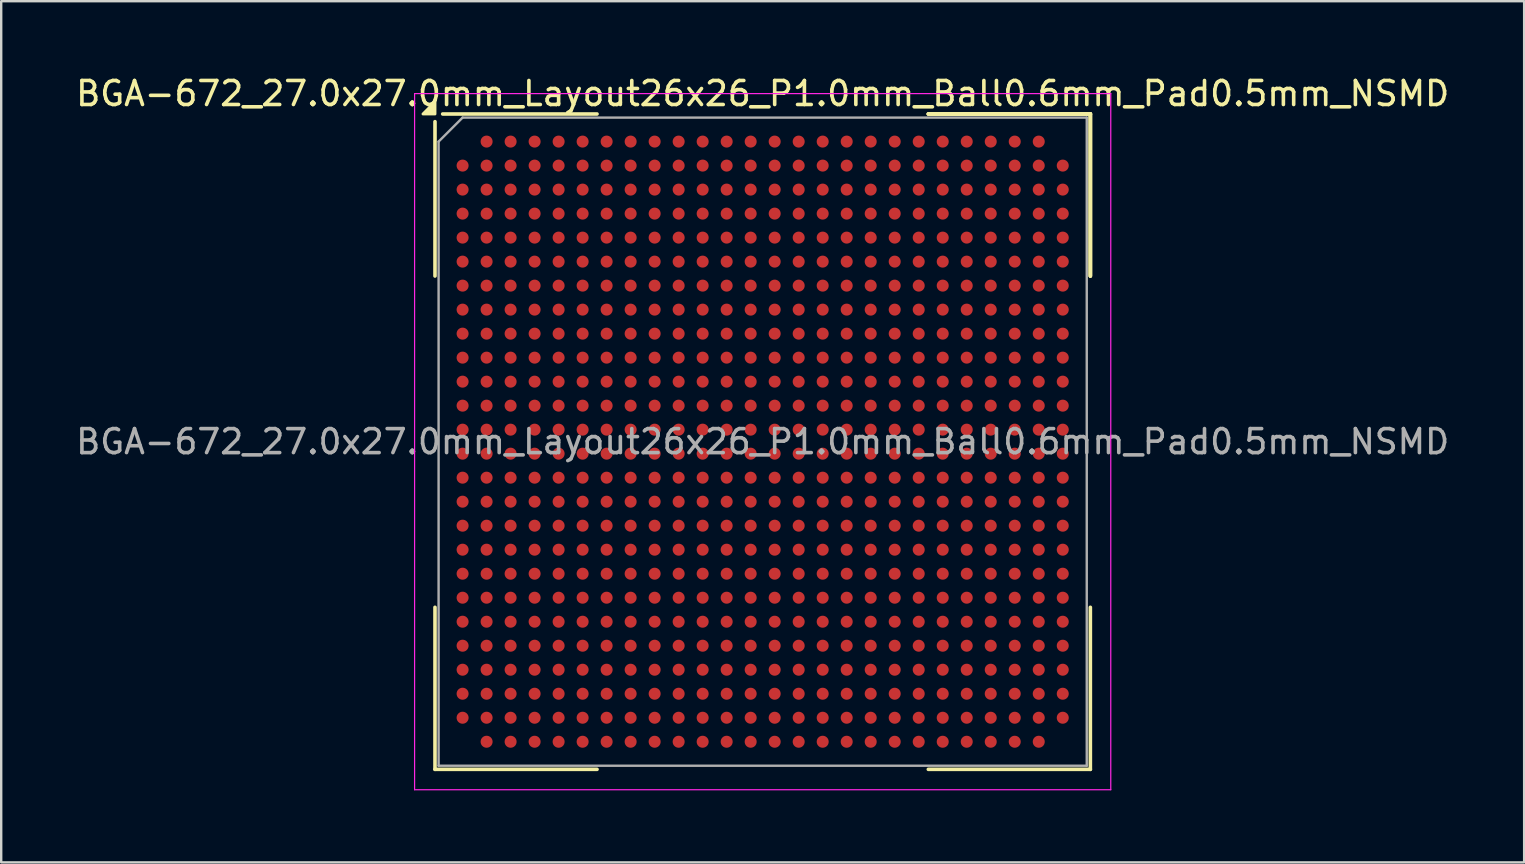
<source format=kicad_pcb>
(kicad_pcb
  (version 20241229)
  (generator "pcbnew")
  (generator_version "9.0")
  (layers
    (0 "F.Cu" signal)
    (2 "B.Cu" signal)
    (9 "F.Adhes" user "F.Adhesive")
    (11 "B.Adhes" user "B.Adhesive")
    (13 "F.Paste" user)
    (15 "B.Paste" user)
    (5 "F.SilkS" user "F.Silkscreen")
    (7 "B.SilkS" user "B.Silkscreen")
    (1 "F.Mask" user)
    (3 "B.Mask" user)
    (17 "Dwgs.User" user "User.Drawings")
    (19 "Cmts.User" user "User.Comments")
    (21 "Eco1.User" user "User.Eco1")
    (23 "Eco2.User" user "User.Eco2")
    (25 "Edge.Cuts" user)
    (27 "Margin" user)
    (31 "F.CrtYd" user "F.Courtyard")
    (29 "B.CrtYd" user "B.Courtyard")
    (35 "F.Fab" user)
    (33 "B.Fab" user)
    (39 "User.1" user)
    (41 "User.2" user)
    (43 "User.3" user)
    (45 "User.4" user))
  (footprint "BGA-672_27.0x27.0mm_Layout26x26_P1.0mm_Ball0.6mm_Pad0.5mm_NSMD"
    (layer "F.Cu")
    (at 28.72 15.348)
    (property "Reference" "BGA-672_27.0x27.0mm_Layout26x26_P1.0mm_Ball0.6mm_Pad0.5mm_NSMD" (at 0 -14.5 0) (layer "F.SilkS") (effects (font (size 1 1) (thickness 0.15))))
    (attr smd)
    (fp_line (start -13.65 -13.33) (end -13.65 -6.9) (stroke (width 0.15) (type solid)) (layer "F.SilkS"))
    (fp_line (start -13.65 13.65) (end -13.65 6.9) (stroke (width 0.15) (type solid)) (layer "F.SilkS"))
    (fp_line (start -6.9 -13.65) (end -13.33 -13.65) (stroke (width 0.15) (type solid)) (layer "F.SilkS"))
    (fp_line (start -6.9 13.65) (end -13.65 13.65) (stroke (width 0.15) (type solid)) (layer "F.SilkS"))
    (fp_line (start 6.9 -13.65) (end 13.65 -13.65) (stroke (width 0.15) (type solid)) (layer "F.SilkS"))
    (fp_line (start 6.9 -13.65) (end 13.65 -13.65) (stroke (width 0.15) (type solid)) (layer "F.SilkS"))
    (fp_line (start 6.9 -13.65) (end 13.65 -13.65) (stroke (width 0.15) (type solid)) (layer "F.SilkS"))
    (fp_line (start 6.9 13.65) (end 13.65 13.65) (stroke (width 0.15) (type solid)) (layer "F.SilkS"))
    (fp_line (start 13.65 -13.65) (end 13.65 -6.9) (stroke (width 0.15) (type solid)) (layer "F.SilkS"))
    (fp_line (start 13.65 -13.65) (end 13.65 -6.9) (stroke (width 0.15) (type solid)) (layer "F.SilkS"))
    (fp_line (start 13.65 -13.65) (end 13.65 -6.9) (stroke (width 0.15) (type solid)) (layer "F.SilkS"))
    (fp_line (start 13.65 13.65) (end 13.65 6.9) (stroke (width 0.15) (type solid)) (layer "F.SilkS"))
    (fp_poly (pts (xy -13.65 -13.65) (xy -14.15 -13.65) (xy -13.65 -14.15) (xy -13.65 -13.65)) (stroke (width 0.12) (type solid)) (fill yes) (layer "F.SilkS"))
    (fp_line (start -14.5 -14.5) (end 14.5 -14.5) (stroke (width 0.05) (type solid)) (layer "F.CrtYd"))
    (fp_line (start -14.5 14.5) (end -14.5 -14.5) (stroke (width 0.05) (type solid)) (layer "F.CrtYd"))
    (fp_line (start 14.5 -14.5) (end 14.5 14.5) (stroke (width 0.05) (type solid)) (layer "F.CrtYd"))
    (fp_line (start 14.5 14.5) (end -14.5 14.5) (stroke (width 0.05) (type solid)) (layer "F.CrtYd"))
    (fp_line (start -13.5 -12.5) (end -13.5 13.5) (stroke (width 0.1) (type solid)) (layer "F.Fab"))
    (fp_line (start -13.5 13.5) (end 13.5 13.5) (stroke (width 0.1) (type solid)) (layer "F.Fab"))
    (fp_line (start -12.5 -13.5) (end -13.5 -12.5) (stroke (width 0.1) (type solid)) (layer "F.Fab"))
    (fp_line (start 13.5 -13.5) (end -12.5 -13.5) (stroke (width 0.1) (type solid)) (layer "F.Fab"))
    (fp_line (start 13.5 13.5) (end 13.5 -13.5) (stroke (width 0.1) (type solid)) (layer "F.Fab"))
    (fp_text user "${REFERENCE}" (at 0 0 0) (layer "F.Fab") (effects (font (size 1 1) (thickness 0.15))))
    (pad "A2" smd circle (at -11.5 -12.5) (size 0.5 0.5) (property pad_prop_bga) (layers "F.Cu" "F.Mask" "F.Paste"))
    (pad "A3" smd circle (at -10.5 -12.5) (size 0.5 0.5) (property pad_prop_bga) (layers "F.Cu" "F.Mask" "F.Paste"))
    (pad "A4" smd circle (at -9.5 -12.5) (size 0.5 0.5) (property pad_prop_bga) (layers "F.Cu" "F.Mask" "F.Paste"))
    (pad "A5" smd circle (at -8.5 -12.5) (size 0.5 0.5) (property pad_prop_bga) (layers "F.Cu" "F.Mask" "F.Paste"))
    (pad "A6" smd circle (at -7.5 -12.5) (size 0.5 0.5) (property pad_prop_bga) (layers "F.Cu" "F.Mask" "F.Paste"))
    (pad "A7" smd circle (at -6.5 -12.5) (size 0.5 0.5) (property pad_prop_bga) (layers "F.Cu" "F.Mask" "F.Paste"))
    (pad "A8" smd circle (at -5.5 -12.5) (size 0.5 0.5) (property pad_prop_bga) (layers "F.Cu" "F.Mask" "F.Paste"))
    (pad "A9" smd circle (at -4.5 -12.5) (size 0.5 0.5) (property pad_prop_bga) (layers "F.Cu" "F.Mask" "F.Paste"))
    (pad "A10" smd circle (at -3.5 -12.5) (size 0.5 0.5) (property pad_prop_bga) (layers "F.Cu" "F.Mask" "F.Paste"))
    (pad "A11" smd circle (at -2.5 -12.5) (size 0.5 0.5) (property pad_prop_bga) (layers "F.Cu" "F.Mask" "F.Paste"))
    (pad "A12" smd circle (at -1.5 -12.5) (size 0.5 0.5) (property pad_prop_bga) (layers "F.Cu" "F.Mask" "F.Paste"))
    (pad "A13" smd circle (at -0.5 -12.5) (size 0.5 0.5) (property pad_prop_bga) (layers "F.Cu" "F.Mask" "F.Paste"))
    (pad "A14" smd circle (at 0.5 -12.5) (size 0.5 0.5) (property pad_prop_bga) (layers "F.Cu" "F.Mask" "F.Paste"))
    (pad "A15" smd circle (at 1.5 -12.5) (size 0.5 0.5) (property pad_prop_bga) (layers "F.Cu" "F.Mask" "F.Paste"))
    (pad "A16" smd circle (at 2.5 -12.5) (size 0.5 0.5) (property pad_prop_bga) (layers "F.Cu" "F.Mask" "F.Paste"))
    (pad "A17" smd circle (at 3.5 -12.5) (size 0.5 0.5) (property pad_prop_bga) (layers "F.Cu" "F.Mask" "F.Paste"))
    (pad "A18" smd circle (at 4.5 -12.5) (size 0.5 0.5) (property pad_prop_bga) (layers "F.Cu" "F.Mask" "F.Paste"))
    (pad "A19" smd circle (at 5.5 -12.5) (size 0.5 0.5) (property pad_prop_bga) (layers "F.Cu" "F.Mask" "F.Paste"))
    (pad "A20" smd circle (at 6.5 -12.5) (size 0.5 0.5) (property pad_prop_bga) (layers "F.Cu" "F.Mask" "F.Paste"))
    (pad "A21" smd circle (at 7.5 -12.5) (size 0.5 0.5) (property pad_prop_bga) (layers "F.Cu" "F.Mask" "F.Paste"))
    (pad "A22" smd circle (at 8.5 -12.5) (size 0.5 0.5) (property pad_prop_bga) (layers "F.Cu" "F.Mask" "F.Paste"))
    (pad "A23" smd circle (at 9.5 -12.5) (size 0.5 0.5) (property pad_prop_bga) (layers "F.Cu" "F.Mask" "F.Paste"))
    (pad "A24" smd circle (at 10.5 -12.5) (size 0.5 0.5) (property pad_prop_bga) (layers "F.Cu" "F.Mask" "F.Paste"))
    (pad "A25" smd circle (at 11.5 -12.5) (size 0.5 0.5) (property pad_prop_bga) (layers "F.Cu" "F.Mask" "F.Paste"))
    (pad "AA1" smd circle (at -12.5 7.5) (size 0.5 0.5) (property pad_prop_bga) (layers "F.Cu" "F.Mask" "F.Paste"))
    (pad "AA2" smd circle (at -11.5 7.5) (size 0.5 0.5) (property pad_prop_bga) (layers "F.Cu" "F.Mask" "F.Paste"))
    (pad "AA3" smd circle (at -10.5 7.5) (size 0.5 0.5) (property pad_prop_bga) (layers "F.Cu" "F.Mask" "F.Paste"))
    (pad "AA4" smd circle (at -9.5 7.5) (size 0.5 0.5) (property pad_prop_bga) (layers "F.Cu" "F.Mask" "F.Paste"))
    (pad "AA5" smd circle (at -8.5 7.5) (size 0.5 0.5) (property pad_prop_bga) (layers "F.Cu" "F.Mask" "F.Paste"))
    (pad "AA6" smd circle (at -7.5 7.5) (size 0.5 0.5) (property pad_prop_bga) (layers "F.Cu" "F.Mask" "F.Paste"))
    (pad "AA7" smd circle (at -6.5 7.5) (size 0.5 0.5) (property pad_prop_bga) (layers "F.Cu" "F.Mask" "F.Paste"))
    (pad "AA8" smd circle (at -5.5 7.5) (size 0.5 0.5) (property pad_prop_bga) (layers "F.Cu" "F.Mask" "F.Paste"))
    (pad "AA9" smd circle (at -4.5 7.5) (size 0.5 0.5) (property pad_prop_bga) (layers "F.Cu" "F.Mask" "F.Paste"))
    (pad "AA10" smd circle (at -3.5 7.5) (size 0.5 0.5) (property pad_prop_bga) (layers "F.Cu" "F.Mask" "F.Paste"))
    (pad "AA11" smd circle (at -2.5 7.5) (size 0.5 0.5) (property pad_prop_bga) (layers "F.Cu" "F.Mask" "F.Paste"))
    (pad "AA12" smd circle (at -1.5 7.5) (size 0.5 0.5) (property pad_prop_bga) (layers "F.Cu" "F.Mask" "F.Paste"))
    (pad "AA13" smd circle (at -0.5 7.5) (size 0.5 0.5) (property pad_prop_bga) (layers "F.Cu" "F.Mask" "F.Paste"))
    (pad "AA14" smd circle (at 0.5 7.5) (size 0.5 0.5) (property pad_prop_bga) (layers "F.Cu" "F.Mask" "F.Paste"))
    (pad "AA15" smd circle (at 1.5 7.5) (size 0.5 0.5) (property pad_prop_bga) (layers "F.Cu" "F.Mask" "F.Paste"))
    (pad "AA16" smd circle (at 2.5 7.5) (size 0.5 0.5) (property pad_prop_bga) (layers "F.Cu" "F.Mask" "F.Paste"))
    (pad "AA17" smd circle (at 3.5 7.5) (size 0.5 0.5) (property pad_prop_bga) (layers "F.Cu" "F.Mask" "F.Paste"))
    (pad "AA18" smd circle (at 4.5 7.5) (size 0.5 0.5) (property pad_prop_bga) (layers "F.Cu" "F.Mask" "F.Paste"))
    (pad "AA19" smd circle (at 5.5 7.5) (size 0.5 0.5) (property pad_prop_bga) (layers "F.Cu" "F.Mask" "F.Paste"))
    (pad "AA20" smd circle (at 6.5 7.5) (size 0.5 0.5) (property pad_prop_bga) (layers "F.Cu" "F.Mask" "F.Paste"))
    (pad "AA21" smd circle (at 7.5 7.5) (size 0.5 0.5) (property pad_prop_bga) (layers "F.Cu" "F.Mask" "F.Paste"))
    (pad "AA22" smd circle (at 8.5 7.5) (size 0.5 0.5) (property pad_prop_bga) (layers "F.Cu" "F.Mask" "F.Paste"))
    (pad "AA23" smd circle (at 9.5 7.5) (size 0.5 0.5) (property pad_prop_bga) (layers "F.Cu" "F.Mask" "F.Paste"))
    (pad "AA24" smd circle (at 10.5 7.5) (size 0.5 0.5) (property pad_prop_bga) (layers "F.Cu" "F.Mask" "F.Paste"))
    (pad "AA25" smd circle (at 11.5 7.5) (size 0.5 0.5) (property pad_prop_bga) (layers "F.Cu" "F.Mask" "F.Paste"))
    (pad "AA26" smd circle (at 12.5 7.5) (size 0.5 0.5) (property pad_prop_bga) (layers "F.Cu" "F.Mask" "F.Paste"))
    (pad "AB1" smd circle (at -12.5 8.5) (size 0.5 0.5) (property pad_prop_bga) (layers "F.Cu" "F.Mask" "F.Paste"))
    (pad "AB2" smd circle (at -11.5 8.5) (size 0.5 0.5) (property pad_prop_bga) (layers "F.Cu" "F.Mask" "F.Paste"))
    (pad "AB3" smd circle (at -10.5 8.5) (size 0.5 0.5) (property pad_prop_bga) (layers "F.Cu" "F.Mask" "F.Paste"))
    (pad "AB4" smd circle (at -9.5 8.5) (size 0.5 0.5) (property pad_prop_bga) (layers "F.Cu" "F.Mask" "F.Paste"))
    (pad "AB5" smd circle (at -8.5 8.5) (size 0.5 0.5) (property pad_prop_bga) (layers "F.Cu" "F.Mask" "F.Paste"))
    (pad "AB6" smd circle (at -7.5 8.5) (size 0.5 0.5) (property pad_prop_bga) (layers "F.Cu" "F.Mask" "F.Paste"))
    (pad "AB7" smd circle (at -6.5 8.5) (size 0.5 0.5) (property pad_prop_bga) (layers "F.Cu" "F.Mask" "F.Paste"))
    (pad "AB8" smd circle (at -5.5 8.5) (size 0.5 0.5) (property pad_prop_bga) (layers "F.Cu" "F.Mask" "F.Paste"))
    (pad "AB9" smd circle (at -4.5 8.5) (size 0.5 0.5) (property pad_prop_bga) (layers "F.Cu" "F.Mask" "F.Paste"))
    (pad "AB10" smd circle (at -3.5 8.5) (size 0.5 0.5) (property pad_prop_bga) (layers "F.Cu" "F.Mask" "F.Paste"))
    (pad "AB11" smd circle (at -2.5 8.5) (size 0.5 0.5) (property pad_prop_bga) (layers "F.Cu" "F.Mask" "F.Paste"))
    (pad "AB12" smd circle (at -1.5 8.5) (size 0.5 0.5) (property pad_prop_bga) (layers "F.Cu" "F.Mask" "F.Paste"))
    (pad "AB13" smd circle (at -0.5 8.5) (size 0.5 0.5) (property pad_prop_bga) (layers "F.Cu" "F.Mask" "F.Paste"))
    (pad "AB14" smd circle (at 0.5 8.5) (size 0.5 0.5) (property pad_prop_bga) (layers "F.Cu" "F.Mask" "F.Paste"))
    (pad "AB15" smd circle (at 1.5 8.5) (size 0.5 0.5) (property pad_prop_bga) (layers "F.Cu" "F.Mask" "F.Paste"))
    (pad "AB16" smd circle (at 2.5 8.5) (size 0.5 0.5) (property pad_prop_bga) (layers "F.Cu" "F.Mask" "F.Paste"))
    (pad "AB17" smd circle (at 3.5 8.5) (size 0.5 0.5) (property pad_prop_bga) (layers "F.Cu" "F.Mask" "F.Paste"))
    (pad "AB18" smd circle (at 4.5 8.5) (size 0.5 0.5) (property pad_prop_bga) (layers "F.Cu" "F.Mask" "F.Paste"))
    (pad "AB19" smd circle (at 5.5 8.5) (size 0.5 0.5) (property pad_prop_bga) (layers "F.Cu" "F.Mask" "F.Paste"))
    (pad "AB20" smd circle (at 6.5 8.5) (size 0.5 0.5) (property pad_prop_bga) (layers "F.Cu" "F.Mask" "F.Paste"))
    (pad "AB21" smd circle (at 7.5 8.5) (size 0.5 0.5) (property pad_prop_bga) (layers "F.Cu" "F.Mask" "F.Paste"))
    (pad "AB22" smd circle (at 8.5 8.5) (size 0.5 0.5) (property pad_prop_bga) (layers "F.Cu" "F.Mask" "F.Paste"))
    (pad "AB23" smd circle (at 9.5 8.5) (size 0.5 0.5) (property pad_prop_bga) (layers "F.Cu" "F.Mask" "F.Paste"))
    (pad "AB24" smd circle (at 10.5 8.5) (size 0.5 0.5) (property pad_prop_bga) (layers "F.Cu" "F.Mask" "F.Paste"))
    (pad "AB25" smd circle (at 11.5 8.5) (size 0.5 0.5) (property pad_prop_bga) (layers "F.Cu" "F.Mask" "F.Paste"))
    (pad "AB26" smd circle (at 12.5 8.5) (size 0.5 0.5) (property pad_prop_bga) (layers "F.Cu" "F.Mask" "F.Paste"))
    (pad "AC1" smd circle (at -12.5 9.5) (size 0.5 0.5) (property pad_prop_bga) (layers "F.Cu" "F.Mask" "F.Paste"))
    (pad "AC2" smd circle (at -11.5 9.5) (size 0.5 0.5) (property pad_prop_bga) (layers "F.Cu" "F.Mask" "F.Paste"))
    (pad "AC3" smd circle (at -10.5 9.5) (size 0.5 0.5) (property pad_prop_bga) (layers "F.Cu" "F.Mask" "F.Paste"))
    (pad "AC4" smd circle (at -9.5 9.5) (size 0.5 0.5) (property pad_prop_bga) (layers "F.Cu" "F.Mask" "F.Paste"))
    (pad "AC5" smd circle (at -8.5 9.5) (size 0.5 0.5) (property pad_prop_bga) (layers "F.Cu" "F.Mask" "F.Paste"))
    (pad "AC6" smd circle (at -7.5 9.5) (size 0.5 0.5) (property pad_prop_bga) (layers "F.Cu" "F.Mask" "F.Paste"))
    (pad "AC7" smd circle (at -6.5 9.5) (size 0.5 0.5) (property pad_prop_bga) (layers "F.Cu" "F.Mask" "F.Paste"))
    (pad "AC8" smd circle (at -5.5 9.5) (size 0.5 0.5) (property pad_prop_bga) (layers "F.Cu" "F.Mask" "F.Paste"))
    (pad "AC9" smd circle (at -4.5 9.5) (size 0.5 0.5) (property pad_prop_bga) (layers "F.Cu" "F.Mask" "F.Paste"))
    (pad "AC10" smd circle (at -3.5 9.5) (size 0.5 0.5) (property pad_prop_bga) (layers "F.Cu" "F.Mask" "F.Paste"))
    (pad "AC11" smd circle (at -2.5 9.5) (size 0.5 0.5) (property pad_prop_bga) (layers "F.Cu" "F.Mask" "F.Paste"))
    (pad "AC12" smd circle (at -1.5 9.5) (size 0.5 0.5) (property pad_prop_bga) (layers "F.Cu" "F.Mask" "F.Paste"))
    (pad "AC13" smd circle (at -0.5 9.5) (size 0.5 0.5) (property pad_prop_bga) (layers "F.Cu" "F.Mask" "F.Paste"))
    (pad "AC14" smd circle (at 0.5 9.5) (size 0.5 0.5) (property pad_prop_bga) (layers "F.Cu" "F.Mask" "F.Paste"))
    (pad "AC15" smd circle (at 1.5 9.5) (size 0.5 0.5) (property pad_prop_bga) (layers "F.Cu" "F.Mask" "F.Paste"))
    (pad "AC16" smd circle (at 2.5 9.5) (size 0.5 0.5) (property pad_prop_bga) (layers "F.Cu" "F.Mask" "F.Paste"))
    (pad "AC17" smd circle (at 3.5 9.5) (size 0.5 0.5) (property pad_prop_bga) (layers "F.Cu" "F.Mask" "F.Paste"))
    (pad "AC18" smd circle (at 4.5 9.5) (size 0.5 0.5) (property pad_prop_bga) (layers "F.Cu" "F.Mask" "F.Paste"))
    (pad "AC19" smd circle (at 5.5 9.5) (size 0.5 0.5) (property pad_prop_bga) (layers "F.Cu" "F.Mask" "F.Paste"))
    (pad "AC20" smd circle (at 6.5 9.5) (size 0.5 0.5) (property pad_prop_bga) (layers "F.Cu" "F.Mask" "F.Paste"))
    (pad "AC21" smd circle (at 7.5 9.5) (size 0.5 0.5) (property pad_prop_bga) (layers "F.Cu" "F.Mask" "F.Paste"))
    (pad "AC22" smd circle (at 8.5 9.5) (size 0.5 0.5) (property pad_prop_bga) (layers "F.Cu" "F.Mask" "F.Paste"))
    (pad "AC23" smd circle (at 9.5 9.5) (size 0.5 0.5) (property pad_prop_bga) (layers "F.Cu" "F.Mask" "F.Paste"))
    (pad "AC24" smd circle (at 10.5 9.5) (size 0.5 0.5) (property pad_prop_bga) (layers "F.Cu" "F.Mask" "F.Paste"))
    (pad "AC25" smd circle (at 11.5 9.5) (size 0.5 0.5) (property pad_prop_bga) (layers "F.Cu" "F.Mask" "F.Paste"))
    (pad "AC26" smd circle (at 12.5 9.5) (size 0.5 0.5) (property pad_prop_bga) (layers "F.Cu" "F.Mask" "F.Paste"))
    (pad "AD1" smd circle (at -12.5 10.5) (size 0.5 0.5) (property pad_prop_bga) (layers "F.Cu" "F.Mask" "F.Paste"))
    (pad "AD2" smd circle (at -11.5 10.5) (size 0.5 0.5) (property pad_prop_bga) (layers "F.Cu" "F.Mask" "F.Paste"))
    (pad "AD3" smd circle (at -10.5 10.5) (size 0.5 0.5) (property pad_prop_bga) (layers "F.Cu" "F.Mask" "F.Paste"))
    (pad "AD4" smd circle (at -9.5 10.5) (size 0.5 0.5) (property pad_prop_bga) (layers "F.Cu" "F.Mask" "F.Paste"))
    (pad "AD5" smd circle (at -8.5 10.5) (size 0.5 0.5) (property pad_prop_bga) (layers "F.Cu" "F.Mask" "F.Paste"))
    (pad "AD6" smd circle (at -7.5 10.5) (size 0.5 0.5) (property pad_prop_bga) (layers "F.Cu" "F.Mask" "F.Paste"))
    (pad "AD7" smd circle (at -6.5 10.5) (size 0.5 0.5) (property pad_prop_bga) (layers "F.Cu" "F.Mask" "F.Paste"))
    (pad "AD8" smd circle (at -5.5 10.5) (size 0.5 0.5) (property pad_prop_bga) (layers "F.Cu" "F.Mask" "F.Paste"))
    (pad "AD9" smd circle (at -4.5 10.5) (size 0.5 0.5) (property pad_prop_bga) (layers "F.Cu" "F.Mask" "F.Paste"))
    (pad "AD10" smd circle (at -3.5 10.5) (size 0.5 0.5) (property pad_prop_bga) (layers "F.Cu" "F.Mask" "F.Paste"))
    (pad "AD11" smd circle (at -2.5 10.5) (size 0.5 0.5) (property pad_prop_bga) (layers "F.Cu" "F.Mask" "F.Paste"))
    (pad "AD12" smd circle (at -1.5 10.5) (size 0.5 0.5) (property pad_prop_bga) (layers "F.Cu" "F.Mask" "F.Paste"))
    (pad "AD13" smd circle (at -0.5 10.5) (size 0.5 0.5) (property pad_prop_bga) (layers "F.Cu" "F.Mask" "F.Paste"))
    (pad "AD14" smd circle (at 0.5 10.5) (size 0.5 0.5) (property pad_prop_bga) (layers "F.Cu" "F.Mask" "F.Paste"))
    (pad "AD15" smd circle (at 1.5 10.5) (size 0.5 0.5) (property pad_prop_bga) (layers "F.Cu" "F.Mask" "F.Paste"))
    (pad "AD16" smd circle (at 2.5 10.5) (size 0.5 0.5) (property pad_prop_bga) (layers "F.Cu" "F.Mask" "F.Paste"))
    (pad "AD17" smd circle (at 3.5 10.5) (size 0.5 0.5) (property pad_prop_bga) (layers "F.Cu" "F.Mask" "F.Paste"))
    (pad "AD18" smd circle (at 4.5 10.5) (size 0.5 0.5) (property pad_prop_bga) (layers "F.Cu" "F.Mask" "F.Paste"))
    (pad "AD19" smd circle (at 5.5 10.5) (size 0.5 0.5) (property pad_prop_bga) (layers "F.Cu" "F.Mask" "F.Paste"))
    (pad "AD20" smd circle (at 6.5 10.5) (size 0.5 0.5) (property pad_prop_bga) (layers "F.Cu" "F.Mask" "F.Paste"))
    (pad "AD21" smd circle (at 7.5 10.5) (size 0.5 0.5) (property pad_prop_bga) (layers "F.Cu" "F.Mask" "F.Paste"))
    (pad "AD22" smd circle (at 8.5 10.5) (size 0.5 0.5) (property pad_prop_bga) (layers "F.Cu" "F.Mask" "F.Paste"))
    (pad "AD23" smd circle (at 9.5 10.5) (size 0.5 0.5) (property pad_prop_bga) (layers "F.Cu" "F.Mask" "F.Paste"))
    (pad "AD24" smd circle (at 10.5 10.5) (size 0.5 0.5) (property pad_prop_bga) (layers "F.Cu" "F.Mask" "F.Paste"))
    (pad "AD25" smd circle (at 11.5 10.5) (size 0.5 0.5) (property pad_prop_bga) (layers "F.Cu" "F.Mask" "F.Paste"))
    (pad "AD26" smd circle (at 12.5 10.5) (size 0.5 0.5) (property pad_prop_bga) (layers "F.Cu" "F.Mask" "F.Paste"))
    (pad "AE1" smd circle (at -12.5 11.5) (size 0.5 0.5) (property pad_prop_bga) (layers "F.Cu" "F.Mask" "F.Paste"))
    (pad "AE2" smd circle (at -11.5 11.5) (size 0.5 0.5) (property pad_prop_bga) (layers "F.Cu" "F.Mask" "F.Paste"))
    (pad "AE3" smd circle (at -10.5 11.5) (size 0.5 0.5) (property pad_prop_bga) (layers "F.Cu" "F.Mask" "F.Paste"))
    (pad "AE4" smd circle (at -9.5 11.5) (size 0.5 0.5) (property pad_prop_bga) (layers "F.Cu" "F.Mask" "F.Paste"))
    (pad "AE5" smd circle (at -8.5 11.5) (size 0.5 0.5) (property pad_prop_bga) (layers "F.Cu" "F.Mask" "F.Paste"))
    (pad "AE6" smd circle (at -7.5 11.5) (size 0.5 0.5) (property pad_prop_bga) (layers "F.Cu" "F.Mask" "F.Paste"))
    (pad "AE7" smd circle (at -6.5 11.5) (size 0.5 0.5) (property pad_prop_bga) (layers "F.Cu" "F.Mask" "F.Paste"))
    (pad "AE8" smd circle (at -5.5 11.5) (size 0.5 0.5) (property pad_prop_bga) (layers "F.Cu" "F.Mask" "F.Paste"))
    (pad "AE9" smd circle (at -4.5 11.5) (size 0.5 0.5) (property pad_prop_bga) (layers "F.Cu" "F.Mask" "F.Paste"))
    (pad "AE10" smd circle (at -3.5 11.5) (size 0.5 0.5) (property pad_prop_bga) (layers "F.Cu" "F.Mask" "F.Paste"))
    (pad "AE11" smd circle (at -2.5 11.5) (size 0.5 0.5) (property pad_prop_bga) (layers "F.Cu" "F.Mask" "F.Paste"))
    (pad "AE12" smd circle (at -1.5 11.5) (size 0.5 0.5) (property pad_prop_bga) (layers "F.Cu" "F.Mask" "F.Paste"))
    (pad "AE13" smd circle (at -0.5 11.5) (size 0.5 0.5) (property pad_prop_bga) (layers "F.Cu" "F.Mask" "F.Paste"))
    (pad "AE14" smd circle (at 0.5 11.5) (size 0.5 0.5) (property pad_prop_bga) (layers "F.Cu" "F.Mask" "F.Paste"))
    (pad "AE15" smd circle (at 1.5 11.5) (size 0.5 0.5) (property pad_prop_bga) (layers "F.Cu" "F.Mask" "F.Paste"))
    (pad "AE16" smd circle (at 2.5 11.5) (size 0.5 0.5) (property pad_prop_bga) (layers "F.Cu" "F.Mask" "F.Paste"))
    (pad "AE17" smd circle (at 3.5 11.5) (size 0.5 0.5) (property pad_prop_bga) (layers "F.Cu" "F.Mask" "F.Paste"))
    (pad "AE18" smd circle (at 4.5 11.5) (size 0.5 0.5) (property pad_prop_bga) (layers "F.Cu" "F.Mask" "F.Paste"))
    (pad "AE19" smd circle (at 5.5 11.5) (size 0.5 0.5) (property pad_prop_bga) (layers "F.Cu" "F.Mask" "F.Paste"))
    (pad "AE20" smd circle (at 6.5 11.5) (size 0.5 0.5) (property pad_prop_bga) (layers "F.Cu" "F.Mask" "F.Paste"))
    (pad "AE21" smd circle (at 7.5 11.5) (size 0.5 0.5) (property pad_prop_bga) (layers "F.Cu" "F.Mask" "F.Paste"))
    (pad "AE22" smd circle (at 8.5 11.5) (size 0.5 0.5) (property pad_prop_bga) (layers "F.Cu" "F.Mask" "F.Paste"))
    (pad "AE23" smd circle (at 9.5 11.5) (size 0.5 0.5) (property pad_prop_bga) (layers "F.Cu" "F.Mask" "F.Paste"))
    (pad "AE24" smd circle (at 10.5 11.5) (size 0.5 0.5) (property pad_prop_bga) (layers "F.Cu" "F.Mask" "F.Paste"))
    (pad "AE25" smd circle (at 11.5 11.5) (size 0.5 0.5) (property pad_prop_bga) (layers "F.Cu" "F.Mask" "F.Paste"))
    (pad "AE26" smd circle (at 12.5 11.5) (size 0.5 0.5) (property pad_prop_bga) (layers "F.Cu" "F.Mask" "F.Paste"))
    (pad "AF2" smd circle (at -11.5 12.5) (size 0.5 0.5) (property pad_prop_bga) (layers "F.Cu" "F.Mask" "F.Paste"))
    (pad "AF3" smd circle (at -10.5 12.5) (size 0.5 0.5) (property pad_prop_bga) (layers "F.Cu" "F.Mask" "F.Paste"))
    (pad "AF4" smd circle (at -9.5 12.5) (size 0.5 0.5) (property pad_prop_bga) (layers "F.Cu" "F.Mask" "F.Paste"))
    (pad "AF5" smd circle (at -8.5 12.5) (size 0.5 0.5) (property pad_prop_bga) (layers "F.Cu" "F.Mask" "F.Paste"))
    (pad "AF6" smd circle (at -7.5 12.5) (size 0.5 0.5) (property pad_prop_bga) (layers "F.Cu" "F.Mask" "F.Paste"))
    (pad "AF7" smd circle (at -6.5 12.5) (size 0.5 0.5) (property pad_prop_bga) (layers "F.Cu" "F.Mask" "F.Paste"))
    (pad "AF8" smd circle (at -5.5 12.5) (size 0.5 0.5) (property pad_prop_bga) (layers "F.Cu" "F.Mask" "F.Paste"))
    (pad "AF9" smd circle (at -4.5 12.5) (size 0.5 0.5) (property pad_prop_bga) (layers "F.Cu" "F.Mask" "F.Paste"))
    (pad "AF10" smd circle (at -3.5 12.5) (size 0.5 0.5) (property pad_prop_bga) (layers "F.Cu" "F.Mask" "F.Paste"))
    (pad "AF11" smd circle (at -2.5 12.5) (size 0.5 0.5) (property pad_prop_bga) (layers "F.Cu" "F.Mask" "F.Paste"))
    (pad "AF12" smd circle (at -1.5 12.5) (size 0.5 0.5) (property pad_prop_bga) (layers "F.Cu" "F.Mask" "F.Paste"))
    (pad "AF13" smd circle (at -0.5 12.5) (size 0.5 0.5) (property pad_prop_bga) (layers "F.Cu" "F.Mask" "F.Paste"))
    (pad "AF14" smd circle (at 0.5 12.5) (size 0.5 0.5) (property pad_prop_bga) (layers "F.Cu" "F.Mask" "F.Paste"))
    (pad "AF15" smd circle (at 1.5 12.5) (size 0.5 0.5) (property pad_prop_bga) (layers "F.Cu" "F.Mask" "F.Paste"))
    (pad "AF16" smd circle (at 2.5 12.5) (size 0.5 0.5) (property pad_prop_bga) (layers "F.Cu" "F.Mask" "F.Paste"))
    (pad "AF17" smd circle (at 3.5 12.5) (size 0.5 0.5) (property pad_prop_bga) (layers "F.Cu" "F.Mask" "F.Paste"))
    (pad "AF18" smd circle (at 4.5 12.5) (size 0.5 0.5) (property pad_prop_bga) (layers "F.Cu" "F.Mask" "F.Paste"))
    (pad "AF19" smd circle (at 5.5 12.5) (size 0.5 0.5) (property pad_prop_bga) (layers "F.Cu" "F.Mask" "F.Paste"))
    (pad "AF20" smd circle (at 6.5 12.5) (size 0.5 0.5) (property pad_prop_bga) (layers "F.Cu" "F.Mask" "F.Paste"))
    (pad "AF21" smd circle (at 7.5 12.5) (size 0.5 0.5) (property pad_prop_bga) (layers "F.Cu" "F.Mask" "F.Paste"))
    (pad "AF22" smd circle (at 8.5 12.5) (size 0.5 0.5) (property pad_prop_bga) (layers "F.Cu" "F.Mask" "F.Paste"))
    (pad "AF23" smd circle (at 9.5 12.5) (size 0.5 0.5) (property pad_prop_bga) (layers "F.Cu" "F.Mask" "F.Paste"))
    (pad "AF24" smd circle (at 10.5 12.5) (size 0.5 0.5) (property pad_prop_bga) (layers "F.Cu" "F.Mask" "F.Paste"))
    (pad "AF25" smd circle (at 11.5 12.5) (size 0.5 0.5) (property pad_prop_bga) (layers "F.Cu" "F.Mask" "F.Paste"))
    (pad "B1" smd circle (at -12.5 -11.5) (size 0.5 0.5) (property pad_prop_bga) (layers "F.Cu" "F.Mask" "F.Paste"))
    (pad "B2" smd circle (at -11.5 -11.5) (size 0.5 0.5) (property pad_prop_bga) (layers "F.Cu" "F.Mask" "F.Paste"))
    (pad "B3" smd circle (at -10.5 -11.5) (size 0.5 0.5) (property pad_prop_bga) (layers "F.Cu" "F.Mask" "F.Paste"))
    (pad "B4" smd circle (at -9.5 -11.5) (size 0.5 0.5) (property pad_prop_bga) (layers "F.Cu" "F.Mask" "F.Paste"))
    (pad "B5" smd circle (at -8.5 -11.5) (size 0.5 0.5) (property pad_prop_bga) (layers "F.Cu" "F.Mask" "F.Paste"))
    (pad "B6" smd circle (at -7.5 -11.5) (size 0.5 0.5) (property pad_prop_bga) (layers "F.Cu" "F.Mask" "F.Paste"))
    (pad "B7" smd circle (at -6.5 -11.5) (size 0.5 0.5) (property pad_prop_bga) (layers "F.Cu" "F.Mask" "F.Paste"))
    (pad "B8" smd circle (at -5.5 -11.5) (size 0.5 0.5) (property pad_prop_bga) (layers "F.Cu" "F.Mask" "F.Paste"))
    (pad "B9" smd circle (at -4.5 -11.5) (size 0.5 0.5) (property pad_prop_bga) (layers "F.Cu" "F.Mask" "F.Paste"))
    (pad "B10" smd circle (at -3.5 -11.5) (size 0.5 0.5) (property pad_prop_bga) (layers "F.Cu" "F.Mask" "F.Paste"))
    (pad "B11" smd circle (at -2.5 -11.5) (size 0.5 0.5) (property pad_prop_bga) (layers "F.Cu" "F.Mask" "F.Paste"))
    (pad "B12" smd circle (at -1.5 -11.5) (size 0.5 0.5) (property pad_prop_bga) (layers "F.Cu" "F.Mask" "F.Paste"))
    (pad "B13" smd circle (at -0.5 -11.5) (size 0.5 0.5) (property pad_prop_bga) (layers "F.Cu" "F.Mask" "F.Paste"))
    (pad "B14" smd circle (at 0.5 -11.5) (size 0.5 0.5) (property pad_prop_bga) (layers "F.Cu" "F.Mask" "F.Paste"))
    (pad "B15" smd circle (at 1.5 -11.5) (size 0.5 0.5) (property pad_prop_bga) (layers "F.Cu" "F.Mask" "F.Paste"))
    (pad "B16" smd circle (at 2.5 -11.5) (size 0.5 0.5) (property pad_prop_bga) (layers "F.Cu" "F.Mask" "F.Paste"))
    (pad "B17" smd circle (at 3.5 -11.5) (size 0.5 0.5) (property pad_prop_bga) (layers "F.Cu" "F.Mask" "F.Paste"))
    (pad "B18" smd circle (at 4.5 -11.5) (size 0.5 0.5) (property pad_prop_bga) (layers "F.Cu" "F.Mask" "F.Paste"))
    (pad "B19" smd circle (at 5.5 -11.5) (size 0.5 0.5) (property pad_prop_bga) (layers "F.Cu" "F.Mask" "F.Paste"))
    (pad "B20" smd circle (at 6.5 -11.5) (size 0.5 0.5) (property pad_prop_bga) (layers "F.Cu" "F.Mask" "F.Paste"))
    (pad "B21" smd circle (at 7.5 -11.5) (size 0.5 0.5) (property pad_prop_bga) (layers "F.Cu" "F.Mask" "F.Paste"))
    (pad "B22" smd circle (at 8.5 -11.5) (size 0.5 0.5) (property pad_prop_bga) (layers "F.Cu" "F.Mask" "F.Paste"))
    (pad "B23" smd circle (at 9.5 -11.5) (size 0.5 0.5) (property pad_prop_bga) (layers "F.Cu" "F.Mask" "F.Paste"))
    (pad "B24" smd circle (at 10.5 -11.5) (size 0.5 0.5) (property pad_prop_bga) (layers "F.Cu" "F.Mask" "F.Paste"))
    (pad "B25" smd circle (at 11.5 -11.5) (size 0.5 0.5) (property pad_prop_bga) (layers "F.Cu" "F.Mask" "F.Paste"))
    (pad "B26" smd circle (at 12.5 -11.5) (size 0.5 0.5) (property pad_prop_bga) (layers "F.Cu" "F.Mask" "F.Paste"))
    (pad "C1" smd circle (at -12.5 -10.5) (size 0.5 0.5) (property pad_prop_bga) (layers "F.Cu" "F.Mask" "F.Paste"))
    (pad "C2" smd circle (at -11.5 -10.5) (size 0.5 0.5) (property pad_prop_bga) (layers "F.Cu" "F.Mask" "F.Paste"))
    (pad "C3" smd circle (at -10.5 -10.5) (size 0.5 0.5) (property pad_prop_bga) (layers "F.Cu" "F.Mask" "F.Paste"))
    (pad "C4" smd circle (at -9.5 -10.5) (size 0.5 0.5) (property pad_prop_bga) (layers "F.Cu" "F.Mask" "F.Paste"))
    (pad "C5" smd circle (at -8.5 -10.5) (size 0.5 0.5) (property pad_prop_bga) (layers "F.Cu" "F.Mask" "F.Paste"))
    (pad "C6" smd circle (at -7.5 -10.5) (size 0.5 0.5) (property pad_prop_bga) (layers "F.Cu" "F.Mask" "F.Paste"))
    (pad "C7" smd circle (at -6.5 -10.5) (size 0.5 0.5) (property pad_prop_bga) (layers "F.Cu" "F.Mask" "F.Paste"))
    (pad "C8" smd circle (at -5.5 -10.5) (size 0.5 0.5) (property pad_prop_bga) (layers "F.Cu" "F.Mask" "F.Paste"))
    (pad "C9" smd circle (at -4.5 -10.5) (size 0.5 0.5) (property pad_prop_bga) (layers "F.Cu" "F.Mask" "F.Paste"))
    (pad "C10" smd circle (at -3.5 -10.5) (size 0.5 0.5) (property pad_prop_bga) (layers "F.Cu" "F.Mask" "F.Paste"))
    (pad "C11" smd circle (at -2.5 -10.5) (size 0.5 0.5) (property pad_prop_bga) (layers "F.Cu" "F.Mask" "F.Paste"))
    (pad "C12" smd circle (at -1.5 -10.5) (size 0.5 0.5) (property pad_prop_bga) (layers "F.Cu" "F.Mask" "F.Paste"))
    (pad "C13" smd circle (at -0.5 -10.5) (size 0.5 0.5) (property pad_prop_bga) (layers "F.Cu" "F.Mask" "F.Paste"))
    (pad "C14" smd circle (at 0.5 -10.5) (size 0.5 0.5) (property pad_prop_bga) (layers "F.Cu" "F.Mask" "F.Paste"))
    (pad "C15" smd circle (at 1.5 -10.5) (size 0.5 0.5) (property pad_prop_bga) (layers "F.Cu" "F.Mask" "F.Paste"))
    (pad "C16" smd circle (at 2.5 -10.5) (size 0.5 0.5) (property pad_prop_bga) (layers "F.Cu" "F.Mask" "F.Paste"))
    (pad "C17" smd circle (at 3.5 -10.5) (size 0.5 0.5) (property pad_prop_bga) (layers "F.Cu" "F.Mask" "F.Paste"))
    (pad "C18" smd circle (at 4.5 -10.5) (size 0.5 0.5) (property pad_prop_bga) (layers "F.Cu" "F.Mask" "F.Paste"))
    (pad "C19" smd circle (at 5.5 -10.5) (size 0.5 0.5) (property pad_prop_bga) (layers "F.Cu" "F.Mask" "F.Paste"))
    (pad "C20" smd circle (at 6.5 -10.5) (size 0.5 0.5) (property pad_prop_bga) (layers "F.Cu" "F.Mask" "F.Paste"))
    (pad "C21" smd circle (at 7.5 -10.5) (size 0.5 0.5) (property pad_prop_bga) (layers "F.Cu" "F.Mask" "F.Paste"))
    (pad "C22" smd circle (at 8.5 -10.5) (size 0.5 0.5) (property pad_prop_bga) (layers "F.Cu" "F.Mask" "F.Paste"))
    (pad "C23" smd circle (at 9.5 -10.5) (size 0.5 0.5) (property pad_prop_bga) (layers "F.Cu" "F.Mask" "F.Paste"))
    (pad "C24" smd circle (at 10.5 -10.5) (size 0.5 0.5) (property pad_prop_bga) (layers "F.Cu" "F.Mask" "F.Paste"))
    (pad "C25" smd circle (at 11.5 -10.5) (size 0.5 0.5) (property pad_prop_bga) (layers "F.Cu" "F.Mask" "F.Paste"))
    (pad "C26" smd circle (at 12.5 -10.5) (size 0.5 0.5) (property pad_prop_bga) (layers "F.Cu" "F.Mask" "F.Paste"))
    (pad "D1" smd circle (at -12.5 -9.5) (size 0.5 0.5) (property pad_prop_bga) (layers "F.Cu" "F.Mask" "F.Paste"))
    (pad "D2" smd circle (at -11.5 -9.5) (size 0.5 0.5) (property pad_prop_bga) (layers "F.Cu" "F.Mask" "F.Paste"))
    (pad "D3" smd circle (at -10.5 -9.5) (size 0.5 0.5) (property pad_prop_bga) (layers "F.Cu" "F.Mask" "F.Paste"))
    (pad "D4" smd circle (at -9.5 -9.5) (size 0.5 0.5) (property pad_prop_bga) (layers "F.Cu" "F.Mask" "F.Paste"))
    (pad "D5" smd circle (at -8.5 -9.5) (size 0.5 0.5) (property pad_prop_bga) (layers "F.Cu" "F.Mask" "F.Paste"))
    (pad "D6" smd circle (at -7.5 -9.5) (size 0.5 0.5) (property pad_prop_bga) (layers "F.Cu" "F.Mask" "F.Paste"))
    (pad "D7" smd circle (at -6.5 -9.5) (size 0.5 0.5) (property pad_prop_bga) (layers "F.Cu" "F.Mask" "F.Paste"))
    (pad "D8" smd circle (at -5.5 -9.5) (size 0.5 0.5) (property pad_prop_bga) (layers "F.Cu" "F.Mask" "F.Paste"))
    (pad "D9" smd circle (at -4.5 -9.5) (size 0.5 0.5) (property pad_prop_bga) (layers "F.Cu" "F.Mask" "F.Paste"))
    (pad "D10" smd circle (at -3.5 -9.5) (size 0.5 0.5) (property pad_prop_bga) (layers "F.Cu" "F.Mask" "F.Paste"))
    (pad "D11" smd circle (at -2.5 -9.5) (size 0.5 0.5) (property pad_prop_bga) (layers "F.Cu" "F.Mask" "F.Paste"))
    (pad "D12" smd circle (at -1.5 -9.5) (size 0.5 0.5) (property pad_prop_bga) (layers "F.Cu" "F.Mask" "F.Paste"))
    (pad "D13" smd circle (at -0.5 -9.5) (size 0.5 0.5) (property pad_prop_bga) (layers "F.Cu" "F.Mask" "F.Paste"))
    (pad "D14" smd circle (at 0.5 -9.5) (size 0.5 0.5) (property pad_prop_bga) (layers "F.Cu" "F.Mask" "F.Paste"))
    (pad "D15" smd circle (at 1.5 -9.5) (size 0.5 0.5) (property pad_prop_bga) (layers "F.Cu" "F.Mask" "F.Paste"))
    (pad "D16" smd circle (at 2.5 -9.5) (size 0.5 0.5) (property pad_prop_bga) (layers "F.Cu" "F.Mask" "F.Paste"))
    (pad "D17" smd circle (at 3.5 -9.5) (size 0.5 0.5) (property pad_prop_bga) (layers "F.Cu" "F.Mask" "F.Paste"))
    (pad "D18" smd circle (at 4.5 -9.5) (size 0.5 0.5) (property pad_prop_bga) (layers "F.Cu" "F.Mask" "F.Paste"))
    (pad "D19" smd circle (at 5.5 -9.5) (size 0.5 0.5) (property pad_prop_bga) (layers "F.Cu" "F.Mask" "F.Paste"))
    (pad "D20" smd circle (at 6.5 -9.5) (size 0.5 0.5) (property pad_prop_bga) (layers "F.Cu" "F.Mask" "F.Paste"))
    (pad "D21" smd circle (at 7.5 -9.5) (size 0.5 0.5) (property pad_prop_bga) (layers "F.Cu" "F.Mask" "F.Paste"))
    (pad "D22" smd circle (at 8.5 -9.5) (size 0.5 0.5) (property pad_prop_bga) (layers "F.Cu" "F.Mask" "F.Paste"))
    (pad "D23" smd circle (at 9.5 -9.5) (size 0.5 0.5) (property pad_prop_bga) (layers "F.Cu" "F.Mask" "F.Paste"))
    (pad "D24" smd circle (at 10.5 -9.5) (size 0.5 0.5) (property pad_prop_bga) (layers "F.Cu" "F.Mask" "F.Paste"))
    (pad "D25" smd circle (at 11.5 -9.5) (size 0.5 0.5) (property pad_prop_bga) (layers "F.Cu" "F.Mask" "F.Paste"))
    (pad "D26" smd circle (at 12.5 -9.5) (size 0.5 0.5) (property pad_prop_bga) (layers "F.Cu" "F.Mask" "F.Paste"))
    (pad "E1" smd circle (at -12.5 -8.5) (size 0.5 0.5) (property pad_prop_bga) (layers "F.Cu" "F.Mask" "F.Paste"))
    (pad "E2" smd circle (at -11.5 -8.5) (size 0.5 0.5) (property pad_prop_bga) (layers "F.Cu" "F.Mask" "F.Paste"))
    (pad "E3" smd circle (at -10.5 -8.5) (size 0.5 0.5) (property pad_prop_bga) (layers "F.Cu" "F.Mask" "F.Paste"))
    (pad "E4" smd circle (at -9.5 -8.5) (size 0.5 0.5) (property pad_prop_bga) (layers "F.Cu" "F.Mask" "F.Paste"))
    (pad "E5" smd circle (at -8.5 -8.5) (size 0.5 0.5) (property pad_prop_bga) (layers "F.Cu" "F.Mask" "F.Paste"))
    (pad "E6" smd circle (at -7.5 -8.5) (size 0.5 0.5) (property pad_prop_bga) (layers "F.Cu" "F.Mask" "F.Paste"))
    (pad "E7" smd circle (at -6.5 -8.5) (size 0.5 0.5) (property pad_prop_bga) (layers "F.Cu" "F.Mask" "F.Paste"))
    (pad "E8" smd circle (at -5.5 -8.5) (size 0.5 0.5) (property pad_prop_bga) (layers "F.Cu" "F.Mask" "F.Paste"))
    (pad "E9" smd circle (at -4.5 -8.5) (size 0.5 0.5) (property pad_prop_bga) (layers "F.Cu" "F.Mask" "F.Paste"))
    (pad "E10" smd circle (at -3.5 -8.5) (size 0.5 0.5) (property pad_prop_bga) (layers "F.Cu" "F.Mask" "F.Paste"))
    (pad "E11" smd circle (at -2.5 -8.5) (size 0.5 0.5) (property pad_prop_bga) (layers "F.Cu" "F.Mask" "F.Paste"))
    (pad "E12" smd circle (at -1.5 -8.5) (size 0.5 0.5) (property pad_prop_bga) (layers "F.Cu" "F.Mask" "F.Paste"))
    (pad "E13" smd circle (at -0.5 -8.5) (size 0.5 0.5) (property pad_prop_bga) (layers "F.Cu" "F.Mask" "F.Paste"))
    (pad "E14" smd circle (at 0.5 -8.5) (size 0.5 0.5) (property pad_prop_bga) (layers "F.Cu" "F.Mask" "F.Paste"))
    (pad "E15" smd circle (at 1.5 -8.5) (size 0.5 0.5) (property pad_prop_bga) (layers "F.Cu" "F.Mask" "F.Paste"))
    (pad "E16" smd circle (at 2.5 -8.5) (size 0.5 0.5) (property pad_prop_bga) (layers "F.Cu" "F.Mask" "F.Paste"))
    (pad "E17" smd circle (at 3.5 -8.5) (size 0.5 0.5) (property pad_prop_bga) (layers "F.Cu" "F.Mask" "F.Paste"))
    (pad "E18" smd circle (at 4.5 -8.5) (size 0.5 0.5) (property pad_prop_bga) (layers "F.Cu" "F.Mask" "F.Paste"))
    (pad "E19" smd circle (at 5.5 -8.5) (size 0.5 0.5) (property pad_prop_bga) (layers "F.Cu" "F.Mask" "F.Paste"))
    (pad "E20" smd circle (at 6.5 -8.5) (size 0.5 0.5) (property pad_prop_bga) (layers "F.Cu" "F.Mask" "F.Paste"))
    (pad "E21" smd circle (at 7.5 -8.5) (size 0.5 0.5) (property pad_prop_bga) (layers "F.Cu" "F.Mask" "F.Paste"))
    (pad "E22" smd circle (at 8.5 -8.5) (size 0.5 0.5) (property pad_prop_bga) (layers "F.Cu" "F.Mask" "F.Paste"))
    (pad "E23" smd circle (at 9.5 -8.5) (size 0.5 0.5) (property pad_prop_bga) (layers "F.Cu" "F.Mask" "F.Paste"))
    (pad "E24" smd circle (at 10.5 -8.5) (size 0.5 0.5) (property pad_prop_bga) (layers "F.Cu" "F.Mask" "F.Paste"))
    (pad "E25" smd circle (at 11.5 -8.5) (size 0.5 0.5) (property pad_prop_bga) (layers "F.Cu" "F.Mask" "F.Paste"))
    (pad "E26" smd circle (at 12.5 -8.5) (size 0.5 0.5) (property pad_prop_bga) (layers "F.Cu" "F.Mask" "F.Paste"))
    (pad "F1" smd circle (at -12.5 -7.5) (size 0.5 0.5) (property pad_prop_bga) (layers "F.Cu" "F.Mask" "F.Paste"))
    (pad "F2" smd circle (at -11.5 -7.5) (size 0.5 0.5) (property pad_prop_bga) (layers "F.Cu" "F.Mask" "F.Paste"))
    (pad "F3" smd circle (at -10.5 -7.5) (size 0.5 0.5) (property pad_prop_bga) (layers "F.Cu" "F.Mask" "F.Paste"))
    (pad "F4" smd circle (at -9.5 -7.5) (size 0.5 0.5) (property pad_prop_bga) (layers "F.Cu" "F.Mask" "F.Paste"))
    (pad "F5" smd circle (at -8.5 -7.5) (size 0.5 0.5) (property pad_prop_bga) (layers "F.Cu" "F.Mask" "F.Paste"))
    (pad "F6" smd circle (at -7.5 -7.5) (size 0.5 0.5) (property pad_prop_bga) (layers "F.Cu" "F.Mask" "F.Paste"))
    (pad "F7" smd circle (at -6.5 -7.5) (size 0.5 0.5) (property pad_prop_bga) (layers "F.Cu" "F.Mask" "F.Paste"))
    (pad "F8" smd circle (at -5.5 -7.5) (size 0.5 0.5) (property pad_prop_bga) (layers "F.Cu" "F.Mask" "F.Paste"))
    (pad "F9" smd circle (at -4.5 -7.5) (size 0.5 0.5) (property pad_prop_bga) (layers "F.Cu" "F.Mask" "F.Paste"))
    (pad "F10" smd circle (at -3.5 -7.5) (size 0.5 0.5) (property pad_prop_bga) (layers "F.Cu" "F.Mask" "F.Paste"))
    (pad "F11" smd circle (at -2.5 -7.5) (size 0.5 0.5) (property pad_prop_bga) (layers "F.Cu" "F.Mask" "F.Paste"))
    (pad "F12" smd circle (at -1.5 -7.5) (size 0.5 0.5) (property pad_prop_bga) (layers "F.Cu" "F.Mask" "F.Paste"))
    (pad "F13" smd circle (at -0.5 -7.5) (size 0.5 0.5) (property pad_prop_bga) (layers "F.Cu" "F.Mask" "F.Paste"))
    (pad "F14" smd circle (at 0.5 -7.5) (size 0.5 0.5) (property pad_prop_bga) (layers "F.Cu" "F.Mask" "F.Paste"))
    (pad "F15" smd circle (at 1.5 -7.5) (size 0.5 0.5) (property pad_prop_bga) (layers "F.Cu" "F.Mask" "F.Paste"))
    (pad "F16" smd circle (at 2.5 -7.5) (size 0.5 0.5) (property pad_prop_bga) (layers "F.Cu" "F.Mask" "F.Paste"))
    (pad "F17" smd circle (at 3.5 -7.5) (size 0.5 0.5) (property pad_prop_bga) (layers "F.Cu" "F.Mask" "F.Paste"))
    (pad "F18" smd circle (at 4.5 -7.5) (size 0.5 0.5) (property pad_prop_bga) (layers "F.Cu" "F.Mask" "F.Paste"))
    (pad "F19" smd circle (at 5.5 -7.5) (size 0.5 0.5) (property pad_prop_bga) (layers "F.Cu" "F.Mask" "F.Paste"))
    (pad "F20" smd circle (at 6.5 -7.5) (size 0.5 0.5) (property pad_prop_bga) (layers "F.Cu" "F.Mask" "F.Paste"))
    (pad "F21" smd circle (at 7.5 -7.5) (size 0.5 0.5) (property pad_prop_bga) (layers "F.Cu" "F.Mask" "F.Paste"))
    (pad "F22" smd circle (at 8.5 -7.5) (size 0.5 0.5) (property pad_prop_bga) (layers "F.Cu" "F.Mask" "F.Paste"))
    (pad "F23" smd circle (at 9.5 -7.5) (size 0.5 0.5) (property pad_prop_bga) (layers "F.Cu" "F.Mask" "F.Paste"))
    (pad "F24" smd circle (at 10.5 -7.5) (size 0.5 0.5) (property pad_prop_bga) (layers "F.Cu" "F.Mask" "F.Paste"))
    (pad "F25" smd circle (at 11.5 -7.5) (size 0.5 0.5) (property pad_prop_bga) (layers "F.Cu" "F.Mask" "F.Paste"))
    (pad "F26" smd circle (at 12.5 -7.5) (size 0.5 0.5) (property pad_prop_bga) (layers "F.Cu" "F.Mask" "F.Paste"))
    (pad "G1" smd circle (at -12.5 -6.5) (size 0.5 0.5) (property pad_prop_bga) (layers "F.Cu" "F.Mask" "F.Paste"))
    (pad "G2" smd circle (at -11.5 -6.5) (size 0.5 0.5) (property pad_prop_bga) (layers "F.Cu" "F.Mask" "F.Paste"))
    (pad "G3" smd circle (at -10.5 -6.5) (size 0.5 0.5) (property pad_prop_bga) (layers "F.Cu" "F.Mask" "F.Paste"))
    (pad "G4" smd circle (at -9.5 -6.5) (size 0.5 0.5) (property pad_prop_bga) (layers "F.Cu" "F.Mask" "F.Paste"))
    (pad "G5" smd circle (at -8.5 -6.5) (size 0.5 0.5) (property pad_prop_bga) (layers "F.Cu" "F.Mask" "F.Paste"))
    (pad "G6" smd circle (at -7.5 -6.5) (size 0.5 0.5) (property pad_prop_bga) (layers "F.Cu" "F.Mask" "F.Paste"))
    (pad "G7" smd circle (at -6.5 -6.5) (size 0.5 0.5) (property pad_prop_bga) (layers "F.Cu" "F.Mask" "F.Paste"))
    (pad "G8" smd circle (at -5.5 -6.5) (size 0.5 0.5) (property pad_prop_bga) (layers "F.Cu" "F.Mask" "F.Paste"))
    (pad "G9" smd circle (at -4.5 -6.5) (size 0.5 0.5) (property pad_prop_bga) (layers "F.Cu" "F.Mask" "F.Paste"))
    (pad "G10" smd circle (at -3.5 -6.5) (size 0.5 0.5) (property pad_prop_bga) (layers "F.Cu" "F.Mask" "F.Paste"))
    (pad "G11" smd circle (at -2.5 -6.5) (size 0.5 0.5) (property pad_prop_bga) (layers "F.Cu" "F.Mask" "F.Paste"))
    (pad "G12" smd circle (at -1.5 -6.5) (size 0.5 0.5) (property pad_prop_bga) (layers "F.Cu" "F.Mask" "F.Paste"))
    (pad "G13" smd circle (at -0.5 -6.5) (size 0.5 0.5) (property pad_prop_bga) (layers "F.Cu" "F.Mask" "F.Paste"))
    (pad "G14" smd circle (at 0.5 -6.5) (size 0.5 0.5) (property pad_prop_bga) (layers "F.Cu" "F.Mask" "F.Paste"))
    (pad "G15" smd circle (at 1.5 -6.5) (size 0.5 0.5) (property pad_prop_bga) (layers "F.Cu" "F.Mask" "F.Paste"))
    (pad "G16" smd circle (at 2.5 -6.5) (size 0.5 0.5) (property pad_prop_bga) (layers "F.Cu" "F.Mask" "F.Paste"))
    (pad "G17" smd circle (at 3.5 -6.5) (size 0.5 0.5) (property pad_prop_bga) (layers "F.Cu" "F.Mask" "F.Paste"))
    (pad "G18" smd circle (at 4.5 -6.5) (size 0.5 0.5) (property pad_prop_bga) (layers "F.Cu" "F.Mask" "F.Paste"))
    (pad "G19" smd circle (at 5.5 -6.5) (size 0.5 0.5) (property pad_prop_bga) (layers "F.Cu" "F.Mask" "F.Paste"))
    (pad "G20" smd circle (at 6.5 -6.5) (size 0.5 0.5) (property pad_prop_bga) (layers "F.Cu" "F.Mask" "F.Paste"))
    (pad "G21" smd circle (at 7.5 -6.5) (size 0.5 0.5) (property pad_prop_bga) (layers "F.Cu" "F.Mask" "F.Paste"))
    (pad "G22" smd circle (at 8.5 -6.5) (size 0.5 0.5) (property pad_prop_bga) (layers "F.Cu" "F.Mask" "F.Paste"))
    (pad "G23" smd circle (at 9.5 -6.5) (size 0.5 0.5) (property pad_prop_bga) (layers "F.Cu" "F.Mask" "F.Paste"))
    (pad "G24" smd circle (at 10.5 -6.5) (size 0.5 0.5) (property pad_prop_bga) (layers "F.Cu" "F.Mask" "F.Paste"))
    (pad "G25" smd circle (at 11.5 -6.5) (size 0.5 0.5) (property pad_prop_bga) (layers "F.Cu" "F.Mask" "F.Paste"))
    (pad "G26" smd circle (at 12.5 -6.5) (size 0.5 0.5) (property pad_prop_bga) (layers "F.Cu" "F.Mask" "F.Paste"))
    (pad "H1" smd circle (at -12.5 -5.5) (size 0.5 0.5) (property pad_prop_bga) (layers "F.Cu" "F.Mask" "F.Paste"))
    (pad "H2" smd circle (at -11.5 -5.5) (size 0.5 0.5) (property pad_prop_bga) (layers "F.Cu" "F.Mask" "F.Paste"))
    (pad "H3" smd circle (at -10.5 -5.5) (size 0.5 0.5) (property pad_prop_bga) (layers "F.Cu" "F.Mask" "F.Paste"))
    (pad "H4" smd circle (at -9.5 -5.5) (size 0.5 0.5) (property pad_prop_bga) (layers "F.Cu" "F.Mask" "F.Paste"))
    (pad "H5" smd circle (at -8.5 -5.5) (size 0.5 0.5) (property pad_prop_bga) (layers "F.Cu" "F.Mask" "F.Paste"))
    (pad "H6" smd circle (at -7.5 -5.5) (size 0.5 0.5) (property pad_prop_bga) (layers "F.Cu" "F.Mask" "F.Paste"))
    (pad "H7" smd circle (at -6.5 -5.5) (size 0.5 0.5) (property pad_prop_bga) (layers "F.Cu" "F.Mask" "F.Paste"))
    (pad "H8" smd circle (at -5.5 -5.5) (size 0.5 0.5) (property pad_prop_bga) (layers "F.Cu" "F.Mask" "F.Paste"))
    (pad "H9" smd circle (at -4.5 -5.5) (size 0.5 0.5) (property pad_prop_bga) (layers "F.Cu" "F.Mask" "F.Paste"))
    (pad "H10" smd circle (at -3.5 -5.5) (size 0.5 0.5) (property pad_prop_bga) (layers "F.Cu" "F.Mask" "F.Paste"))
    (pad "H11" smd circle (at -2.5 -5.5) (size 0.5 0.5) (property pad_prop_bga) (layers "F.Cu" "F.Mask" "F.Paste"))
    (pad "H12" smd circle (at -1.5 -5.5) (size 0.5 0.5) (property pad_prop_bga) (layers "F.Cu" "F.Mask" "F.Paste"))
    (pad "H13" smd circle (at -0.5 -5.5) (size 0.5 0.5) (property pad_prop_bga) (layers "F.Cu" "F.Mask" "F.Paste"))
    (pad "H14" smd circle (at 0.5 -5.5) (size 0.5 0.5) (property pad_prop_bga) (layers "F.Cu" "F.Mask" "F.Paste"))
    (pad "H15" smd circle (at 1.5 -5.5) (size 0.5 0.5) (property pad_prop_bga) (layers "F.Cu" "F.Mask" "F.Paste"))
    (pad "H16" smd circle (at 2.5 -5.5) (size 0.5 0.5) (property pad_prop_bga) (layers "F.Cu" "F.Mask" "F.Paste"))
    (pad "H17" smd circle (at 3.5 -5.5) (size 0.5 0.5) (property pad_prop_bga) (layers "F.Cu" "F.Mask" "F.Paste"))
    (pad "H18" smd circle (at 4.5 -5.5) (size 0.5 0.5) (property pad_prop_bga) (layers "F.Cu" "F.Mask" "F.Paste"))
    (pad "H19" smd circle (at 5.5 -5.5) (size 0.5 0.5) (property pad_prop_bga) (layers "F.Cu" "F.Mask" "F.Paste"))
    (pad "H20" smd circle (at 6.5 -5.5) (size 0.5 0.5) (property pad_prop_bga) (layers "F.Cu" "F.Mask" "F.Paste"))
    (pad "H21" smd circle (at 7.5 -5.5) (size 0.5 0.5) (property pad_prop_bga) (layers "F.Cu" "F.Mask" "F.Paste"))
    (pad "H22" smd circle (at 8.5 -5.5) (size 0.5 0.5) (property pad_prop_bga) (layers "F.Cu" "F.Mask" "F.Paste"))
    (pad "H23" smd circle (at 9.5 -5.5) (size 0.5 0.5) (property pad_prop_bga) (layers "F.Cu" "F.Mask" "F.Paste"))
    (pad "H24" smd circle (at 10.5 -5.5) (size 0.5 0.5) (property pad_prop_bga) (layers "F.Cu" "F.Mask" "F.Paste"))
    (pad "H25" smd circle (at 11.5 -5.5) (size 0.5 0.5) (property pad_prop_bga) (layers "F.Cu" "F.Mask" "F.Paste"))
    (pad "H26" smd circle (at 12.5 -5.5) (size 0.5 0.5) (property pad_prop_bga) (layers "F.Cu" "F.Mask" "F.Paste"))
    (pad "J1" smd circle (at -12.5 -4.5) (size 0.5 0.5) (property pad_prop_bga) (layers "F.Cu" "F.Mask" "F.Paste"))
    (pad "J2" smd circle (at -11.5 -4.5) (size 0.5 0.5) (property pad_prop_bga) (layers "F.Cu" "F.Mask" "F.Paste"))
    (pad "J3" smd circle (at -10.5 -4.5) (size 0.5 0.5) (property pad_prop_bga) (layers "F.Cu" "F.Mask" "F.Paste"))
    (pad "J4" smd circle (at -9.5 -4.5) (size 0.5 0.5) (property pad_prop_bga) (layers "F.Cu" "F.Mask" "F.Paste"))
    (pad "J5" smd circle (at -8.5 -4.5) (size 0.5 0.5) (property pad_prop_bga) (layers "F.Cu" "F.Mask" "F.Paste"))
    (pad "J6" smd circle (at -7.5 -4.5) (size 0.5 0.5) (property pad_prop_bga) (layers "F.Cu" "F.Mask" "F.Paste"))
    (pad "J7" smd circle (at -6.5 -4.5) (size 0.5 0.5) (property pad_prop_bga) (layers "F.Cu" "F.Mask" "F.Paste"))
    (pad "J8" smd circle (at -5.5 -4.5) (size 0.5 0.5) (property pad_prop_bga) (layers "F.Cu" "F.Mask" "F.Paste"))
    (pad "J9" smd circle (at -4.5 -4.5) (size 0.5 0.5) (property pad_prop_bga) (layers "F.Cu" "F.Mask" "F.Paste"))
    (pad "J10" smd circle (at -3.5 -4.5) (size 0.5 0.5) (property pad_prop_bga) (layers "F.Cu" "F.Mask" "F.Paste"))
    (pad "J11" smd circle (at -2.5 -4.5) (size 0.5 0.5) (property pad_prop_bga) (layers "F.Cu" "F.Mask" "F.Paste"))
    (pad "J12" smd circle (at -1.5 -4.5) (size 0.5 0.5) (property pad_prop_bga) (layers "F.Cu" "F.Mask" "F.Paste"))
    (pad "J13" smd circle (at -0.5 -4.5) (size 0.5 0.5) (property pad_prop_bga) (layers "F.Cu" "F.Mask" "F.Paste"))
    (pad "J14" smd circle (at 0.5 -4.5) (size 0.5 0.5) (property pad_prop_bga) (layers "F.Cu" "F.Mask" "F.Paste"))
    (pad "J15" smd circle (at 1.5 -4.5) (size 0.5 0.5) (property pad_prop_bga) (layers "F.Cu" "F.Mask" "F.Paste"))
    (pad "J16" smd circle (at 2.5 -4.5) (size 0.5 0.5) (property pad_prop_bga) (layers "F.Cu" "F.Mask" "F.Paste"))
    (pad "J17" smd circle (at 3.5 -4.5) (size 0.5 0.5) (property pad_prop_bga) (layers "F.Cu" "F.Mask" "F.Paste"))
    (pad "J18" smd circle (at 4.5 -4.5) (size 0.5 0.5) (property pad_prop_bga) (layers "F.Cu" "F.Mask" "F.Paste"))
    (pad "J19" smd circle (at 5.5 -4.5) (size 0.5 0.5) (property pad_prop_bga) (layers "F.Cu" "F.Mask" "F.Paste"))
    (pad "J20" smd circle (at 6.5 -4.5) (size 0.5 0.5) (property pad_prop_bga) (layers "F.Cu" "F.Mask" "F.Paste"))
    (pad "J21" smd circle (at 7.5 -4.5) (size 0.5 0.5) (property pad_prop_bga) (layers "F.Cu" "F.Mask" "F.Paste"))
    (pad "J22" smd circle (at 8.5 -4.5) (size 0.5 0.5) (property pad_prop_bga) (layers "F.Cu" "F.Mask" "F.Paste"))
    (pad "J23" smd circle (at 9.5 -4.5) (size 0.5 0.5) (property pad_prop_bga) (layers "F.Cu" "F.Mask" "F.Paste"))
    (pad "J24" smd circle (at 10.5 -4.5) (size 0.5 0.5) (property pad_prop_bga) (layers "F.Cu" "F.Mask" "F.Paste"))
    (pad "J25" smd circle (at 11.5 -4.5) (size 0.5 0.5) (property pad_prop_bga) (layers "F.Cu" "F.Mask" "F.Paste"))
    (pad "J26" smd circle (at 12.5 -4.5) (size 0.5 0.5) (property pad_prop_bga) (layers "F.Cu" "F.Mask" "F.Paste"))
    (pad "K1" smd circle (at -12.5 -3.5) (size 0.5 0.5) (property pad_prop_bga) (layers "F.Cu" "F.Mask" "F.Paste"))
    (pad "K2" smd circle (at -11.5 -3.5) (size 0.5 0.5) (property pad_prop_bga) (layers "F.Cu" "F.Mask" "F.Paste"))
    (pad "K3" smd circle (at -10.5 -3.5) (size 0.5 0.5) (property pad_prop_bga) (layers "F.Cu" "F.Mask" "F.Paste"))
    (pad "K4" smd circle (at -9.5 -3.5) (size 0.5 0.5) (property pad_prop_bga) (layers "F.Cu" "F.Mask" "F.Paste"))
    (pad "K5" smd circle (at -8.5 -3.5) (size 0.5 0.5) (property pad_prop_bga) (layers "F.Cu" "F.Mask" "F.Paste"))
    (pad "K6" smd circle (at -7.5 -3.5) (size 0.5 0.5) (property pad_prop_bga) (layers "F.Cu" "F.Mask" "F.Paste"))
    (pad "K7" smd circle (at -6.5 -3.5) (size 0.5 0.5) (property pad_prop_bga) (layers "F.Cu" "F.Mask" "F.Paste"))
    (pad "K8" smd circle (at -5.5 -3.5) (size 0.5 0.5) (property pad_prop_bga) (layers "F.Cu" "F.Mask" "F.Paste"))
    (pad "K9" smd circle (at -4.5 -3.5) (size 0.5 0.5) (property pad_prop_bga) (layers "F.Cu" "F.Mask" "F.Paste"))
    (pad "K10" smd circle (at -3.5 -3.5) (size 0.5 0.5) (property pad_prop_bga) (layers "F.Cu" "F.Mask" "F.Paste"))
    (pad "K11" smd circle (at -2.5 -3.5) (size 0.5 0.5) (property pad_prop_bga) (layers "F.Cu" "F.Mask" "F.Paste"))
    (pad "K12" smd circle (at -1.5 -3.5) (size 0.5 0.5) (property pad_prop_bga) (layers "F.Cu" "F.Mask" "F.Paste"))
    (pad "K13" smd circle (at -0.5 -3.5) (size 0.5 0.5) (property pad_prop_bga) (layers "F.Cu" "F.Mask" "F.Paste"))
    (pad "K14" smd circle (at 0.5 -3.5) (size 0.5 0.5) (property pad_prop_bga) (layers "F.Cu" "F.Mask" "F.Paste"))
    (pad "K15" smd circle (at 1.5 -3.5) (size 0.5 0.5) (property pad_prop_bga) (layers "F.Cu" "F.Mask" "F.Paste"))
    (pad "K16" smd circle (at 2.5 -3.5) (size 0.5 0.5) (property pad_prop_bga) (layers "F.Cu" "F.Mask" "F.Paste"))
    (pad "K17" smd circle (at 3.5 -3.5) (size 0.5 0.5) (property pad_prop_bga) (layers "F.Cu" "F.Mask" "F.Paste"))
    (pad "K18" smd circle (at 4.5 -3.5) (size 0.5 0.5) (property pad_prop_bga) (layers "F.Cu" "F.Mask" "F.Paste"))
    (pad "K19" smd circle (at 5.5 -3.5) (size 0.5 0.5) (property pad_prop_bga) (layers "F.Cu" "F.Mask" "F.Paste"))
    (pad "K20" smd circle (at 6.5 -3.5) (size 0.5 0.5) (property pad_prop_bga) (layers "F.Cu" "F.Mask" "F.Paste"))
    (pad "K21" smd circle (at 7.5 -3.5) (size 0.5 0.5) (property pad_prop_bga) (layers "F.Cu" "F.Mask" "F.Paste"))
    (pad "K22" smd circle (at 8.5 -3.5) (size 0.5 0.5) (property pad_prop_bga) (layers "F.Cu" "F.Mask" "F.Paste"))
    (pad "K23" smd circle (at 9.5 -3.5) (size 0.5 0.5) (property pad_prop_bga) (layers "F.Cu" "F.Mask" "F.Paste"))
    (pad "K24" smd circle (at 10.5 -3.5) (size 0.5 0.5) (property pad_prop_bga) (layers "F.Cu" "F.Mask" "F.Paste"))
    (pad "K25" smd circle (at 11.5 -3.5) (size 0.5 0.5) (property pad_prop_bga) (layers "F.Cu" "F.Mask" "F.Paste"))
    (pad "K26" smd circle (at 12.5 -3.5) (size 0.5 0.5) (property pad_prop_bga) (layers "F.Cu" "F.Mask" "F.Paste"))
    (pad "L1" smd circle (at -12.5 -2.5) (size 0.5 0.5) (property pad_prop_bga) (layers "F.Cu" "F.Mask" "F.Paste"))
    (pad "L2" smd circle (at -11.5 -2.5) (size 0.5 0.5) (property pad_prop_bga) (layers "F.Cu" "F.Mask" "F.Paste"))
    (pad "L3" smd circle (at -10.5 -2.5) (size 0.5 0.5) (property pad_prop_bga) (layers "F.Cu" "F.Mask" "F.Paste"))
    (pad "L4" smd circle (at -9.5 -2.5) (size 0.5 0.5) (property pad_prop_bga) (layers "F.Cu" "F.Mask" "F.Paste"))
    (pad "L5" smd circle (at -8.5 -2.5) (size 0.5 0.5) (property pad_prop_bga) (layers "F.Cu" "F.Mask" "F.Paste"))
    (pad "L6" smd circle (at -7.5 -2.5) (size 0.5 0.5) (property pad_prop_bga) (layers "F.Cu" "F.Mask" "F.Paste"))
    (pad "L7" smd circle (at -6.5 -2.5) (size 0.5 0.5) (property pad_prop_bga) (layers "F.Cu" "F.Mask" "F.Paste"))
    (pad "L8" smd circle (at -5.5 -2.5) (size 0.5 0.5) (property pad_prop_bga) (layers "F.Cu" "F.Mask" "F.Paste"))
    (pad "L9" smd circle (at -4.5 -2.5) (size 0.5 0.5) (property pad_prop_bga) (layers "F.Cu" "F.Mask" "F.Paste"))
    (pad "L10" smd circle (at -3.5 -2.5) (size 0.5 0.5) (property pad_prop_bga) (layers "F.Cu" "F.Mask" "F.Paste"))
    (pad "L11" smd circle (at -2.5 -2.5) (size 0.5 0.5) (property pad_prop_bga) (layers "F.Cu" "F.Mask" "F.Paste"))
    (pad "L12" smd circle (at -1.5 -2.5) (size 0.5 0.5) (property pad_prop_bga) (layers "F.Cu" "F.Mask" "F.Paste"))
    (pad "L13" smd circle (at -0.5 -2.5) (size 0.5 0.5) (property pad_prop_bga) (layers "F.Cu" "F.Mask" "F.Paste"))
    (pad "L14" smd circle (at 0.5 -2.5) (size 0.5 0.5) (property pad_prop_bga) (layers "F.Cu" "F.Mask" "F.Paste"))
    (pad "L15" smd circle (at 1.5 -2.5) (size 0.5 0.5) (property pad_prop_bga) (layers "F.Cu" "F.Mask" "F.Paste"))
    (pad "L16" smd circle (at 2.5 -2.5) (size 0.5 0.5) (property pad_prop_bga) (layers "F.Cu" "F.Mask" "F.Paste"))
    (pad "L17" smd circle (at 3.5 -2.5) (size 0.5 0.5) (property pad_prop_bga) (layers "F.Cu" "F.Mask" "F.Paste"))
    (pad "L18" smd circle (at 4.5 -2.5) (size 0.5 0.5) (property pad_prop_bga) (layers "F.Cu" "F.Mask" "F.Paste"))
    (pad "L19" smd circle (at 5.5 -2.5) (size 0.5 0.5) (property pad_prop_bga) (layers "F.Cu" "F.Mask" "F.Paste"))
    (pad "L20" smd circle (at 6.5 -2.5) (size 0.5 0.5) (property pad_prop_bga) (layers "F.Cu" "F.Mask" "F.Paste"))
    (pad "L21" smd circle (at 7.5 -2.5) (size 0.5 0.5) (property pad_prop_bga) (layers "F.Cu" "F.Mask" "F.Paste"))
    (pad "L22" smd circle (at 8.5 -2.5) (size 0.5 0.5) (property pad_prop_bga) (layers "F.Cu" "F.Mask" "F.Paste"))
    (pad "L23" smd circle (at 9.5 -2.5) (size 0.5 0.5) (property pad_prop_bga) (layers "F.Cu" "F.Mask" "F.Paste"))
    (pad "L24" smd circle (at 10.5 -2.5) (size 0.5 0.5) (property pad_prop_bga) (layers "F.Cu" "F.Mask" "F.Paste"))
    (pad "L25" smd circle (at 11.5 -2.5) (size 0.5 0.5) (property pad_prop_bga) (layers "F.Cu" "F.Mask" "F.Paste"))
    (pad "L26" smd circle (at 12.5 -2.5) (size 0.5 0.5) (property pad_prop_bga) (layers "F.Cu" "F.Mask" "F.Paste"))
    (pad "M1" smd circle (at -12.5 -1.5) (size 0.5 0.5) (property pad_prop_bga) (layers "F.Cu" "F.Mask" "F.Paste"))
    (pad "M2" smd circle (at -11.5 -1.5) (size 0.5 0.5) (property pad_prop_bga) (layers "F.Cu" "F.Mask" "F.Paste"))
    (pad "M3" smd circle (at -10.5 -1.5) (size 0.5 0.5) (property pad_prop_bga) (layers "F.Cu" "F.Mask" "F.Paste"))
    (pad "M4" smd circle (at -9.5 -1.5) (size 0.5 0.5) (property pad_prop_bga) (layers "F.Cu" "F.Mask" "F.Paste"))
    (pad "M5" smd circle (at -8.5 -1.5) (size 0.5 0.5) (property pad_prop_bga) (layers "F.Cu" "F.Mask" "F.Paste"))
    (pad "M6" smd circle (at -7.5 -1.5) (size 0.5 0.5) (property pad_prop_bga) (layers "F.Cu" "F.Mask" "F.Paste"))
    (pad "M7" smd circle (at -6.5 -1.5) (size 0.5 0.5) (property pad_prop_bga) (layers "F.Cu" "F.Mask" "F.Paste"))
    (pad "M8" smd circle (at -5.5 -1.5) (size 0.5 0.5) (property pad_prop_bga) (layers "F.Cu" "F.Mask" "F.Paste"))
    (pad "M9" smd circle (at -4.5 -1.5) (size 0.5 0.5) (property pad_prop_bga) (layers "F.Cu" "F.Mask" "F.Paste"))
    (pad "M10" smd circle (at -3.5 -1.5) (size 0.5 0.5) (property pad_prop_bga) (layers "F.Cu" "F.Mask" "F.Paste"))
    (pad "M11" smd circle (at -2.5 -1.5) (size 0.5 0.5) (property pad_prop_bga) (layers "F.Cu" "F.Mask" "F.Paste"))
    (pad "M12" smd circle (at -1.5 -1.5) (size 0.5 0.5) (property pad_prop_bga) (layers "F.Cu" "F.Mask" "F.Paste"))
    (pad "M13" smd circle (at -0.5 -1.5) (size 0.5 0.5) (property pad_prop_bga) (layers "F.Cu" "F.Mask" "F.Paste"))
    (pad "M14" smd circle (at 0.5 -1.5) (size 0.5 0.5) (property pad_prop_bga) (layers "F.Cu" "F.Mask" "F.Paste"))
    (pad "M15" smd circle (at 1.5 -1.5) (size 0.5 0.5) (property pad_prop_bga) (layers "F.Cu" "F.Mask" "F.Paste"))
    (pad "M16" smd circle (at 2.5 -1.5) (size 0.5 0.5) (property pad_prop_bga) (layers "F.Cu" "F.Mask" "F.Paste"))
    (pad "M17" smd circle (at 3.5 -1.5) (size 0.5 0.5) (property pad_prop_bga) (layers "F.Cu" "F.Mask" "F.Paste"))
    (pad "M18" smd circle (at 4.5 -1.5) (size 0.5 0.5) (property pad_prop_bga) (layers "F.Cu" "F.Mask" "F.Paste"))
    (pad "M19" smd circle (at 5.5 -1.5) (size 0.5 0.5) (property pad_prop_bga) (layers "F.Cu" "F.Mask" "F.Paste"))
    (pad "M20" smd circle (at 6.5 -1.5) (size 0.5 0.5) (property pad_prop_bga) (layers "F.Cu" "F.Mask" "F.Paste"))
    (pad "M21" smd circle (at 7.5 -1.5) (size 0.5 0.5) (property pad_prop_bga) (layers "F.Cu" "F.Mask" "F.Paste"))
    (pad "M22" smd circle (at 8.5 -1.5) (size 0.5 0.5) (property pad_prop_bga) (layers "F.Cu" "F.Mask" "F.Paste"))
    (pad "M23" smd circle (at 9.5 -1.5) (size 0.5 0.5) (property pad_prop_bga) (layers "F.Cu" "F.Mask" "F.Paste"))
    (pad "M24" smd circle (at 10.5 -1.5) (size 0.5 0.5) (property pad_prop_bga) (layers "F.Cu" "F.Mask" "F.Paste"))
    (pad "M25" smd circle (at 11.5 -1.5) (size 0.5 0.5) (property pad_prop_bga) (layers "F.Cu" "F.Mask" "F.Paste"))
    (pad "M26" smd circle (at 12.5 -1.5) (size 0.5 0.5) (property pad_prop_bga) (layers "F.Cu" "F.Mask" "F.Paste"))
    (pad "N1" smd circle (at -12.5 -0.5) (size 0.5 0.5) (property pad_prop_bga) (layers "F.Cu" "F.Mask" "F.Paste"))
    (pad "N2" smd circle (at -11.5 -0.5) (size 0.5 0.5) (property pad_prop_bga) (layers "F.Cu" "F.Mask" "F.Paste"))
    (pad "N3" smd circle (at -10.5 -0.5) (size 0.5 0.5) (property pad_prop_bga) (layers "F.Cu" "F.Mask" "F.Paste"))
    (pad "N4" smd circle (at -9.5 -0.5) (size 0.5 0.5) (property pad_prop_bga) (layers "F.Cu" "F.Mask" "F.Paste"))
    (pad "N5" smd circle (at -8.5 -0.5) (size 0.5 0.5) (property pad_prop_bga) (layers "F.Cu" "F.Mask" "F.Paste"))
    (pad "N6" smd circle (at -7.5 -0.5) (size 0.5 0.5) (property pad_prop_bga) (layers "F.Cu" "F.Mask" "F.Paste"))
    (pad "N7" smd circle (at -6.5 -0.5) (size 0.5 0.5) (property pad_prop_bga) (layers "F.Cu" "F.Mask" "F.Paste"))
    (pad "N8" smd circle (at -5.5 -0.5) (size 0.5 0.5) (property pad_prop_bga) (layers "F.Cu" "F.Mask" "F.Paste"))
    (pad "N9" smd circle (at -4.5 -0.5) (size 0.5 0.5) (property pad_prop_bga) (layers "F.Cu" "F.Mask" "F.Paste"))
    (pad "N10" smd circle (at -3.5 -0.5) (size 0.5 0.5) (property pad_prop_bga) (layers "F.Cu" "F.Mask" "F.Paste"))
    (pad "N11" smd circle (at -2.5 -0.5) (size 0.5 0.5) (property pad_prop_bga) (layers "F.Cu" "F.Mask" "F.Paste"))
    (pad "N12" smd circle (at -1.5 -0.5) (size 0.5 0.5) (property pad_prop_bga) (layers "F.Cu" "F.Mask" "F.Paste"))
    (pad "N13" smd circle (at -0.5 -0.5) (size 0.5 0.5) (property pad_prop_bga) (layers "F.Cu" "F.Mask" "F.Paste"))
    (pad "N14" smd circle (at 0.5 -0.5) (size 0.5 0.5) (property pad_prop_bga) (layers "F.Cu" "F.Mask" "F.Paste"))
    (pad "N15" smd circle (at 1.5 -0.5) (size 0.5 0.5) (property pad_prop_bga) (layers "F.Cu" "F.Mask" "F.Paste"))
    (pad "N16" smd circle (at 2.5 -0.5) (size 0.5 0.5) (property pad_prop_bga) (layers "F.Cu" "F.Mask" "F.Paste"))
    (pad "N17" smd circle (at 3.5 -0.5) (size 0.5 0.5) (property pad_prop_bga) (layers "F.Cu" "F.Mask" "F.Paste"))
    (pad "N18" smd circle (at 4.5 -0.5) (size 0.5 0.5) (property pad_prop_bga) (layers "F.Cu" "F.Mask" "F.Paste"))
    (pad "N19" smd circle (at 5.5 -0.5) (size 0.5 0.5) (property pad_prop_bga) (layers "F.Cu" "F.Mask" "F.Paste"))
    (pad "N20" smd circle (at 6.5 -0.5) (size 0.5 0.5) (property pad_prop_bga) (layers "F.Cu" "F.Mask" "F.Paste"))
    (pad "N21" smd circle (at 7.5 -0.5) (size 0.5 0.5) (property pad_prop_bga) (layers "F.Cu" "F.Mask" "F.Paste"))
    (pad "N22" smd circle (at 8.5 -0.5) (size 0.5 0.5) (property pad_prop_bga) (layers "F.Cu" "F.Mask" "F.Paste"))
    (pad "N23" smd circle (at 9.5 -0.5) (size 0.5 0.5) (property pad_prop_bga) (layers "F.Cu" "F.Mask" "F.Paste"))
    (pad "N24" smd circle (at 10.5 -0.5) (size 0.5 0.5) (property pad_prop_bga) (layers "F.Cu" "F.Mask" "F.Paste"))
    (pad "N25" smd circle (at 11.5 -0.5) (size 0.5 0.5) (property pad_prop_bga) (layers "F.Cu" "F.Mask" "F.Paste"))
    (pad "N26" smd circle (at 12.5 -0.5) (size 0.5 0.5) (property pad_prop_bga) (layers "F.Cu" "F.Mask" "F.Paste"))
    (pad "P1" smd circle (at -12.5 0.5) (size 0.5 0.5) (property pad_prop_bga) (layers "F.Cu" "F.Mask" "F.Paste"))
    (pad "P2" smd circle (at -11.5 0.5) (size 0.5 0.5) (property pad_prop_bga) (layers "F.Cu" "F.Mask" "F.Paste"))
    (pad "P3" smd circle (at -10.5 0.5) (size 0.5 0.5) (property pad_prop_bga) (layers "F.Cu" "F.Mask" "F.Paste"))
    (pad "P4" smd circle (at -9.5 0.5) (size 0.5 0.5) (property pad_prop_bga) (layers "F.Cu" "F.Mask" "F.Paste"))
    (pad "P5" smd circle (at -8.5 0.5) (size 0.5 0.5) (property pad_prop_bga) (layers "F.Cu" "F.Mask" "F.Paste"))
    (pad "P6" smd circle (at -7.5 0.5) (size 0.5 0.5) (property pad_prop_bga) (layers "F.Cu" "F.Mask" "F.Paste"))
    (pad "P7" smd circle (at -6.5 0.5) (size 0.5 0.5) (property pad_prop_bga) (layers "F.Cu" "F.Mask" "F.Paste"))
    (pad "P8" smd circle (at -5.5 0.5) (size 0.5 0.5) (property pad_prop_bga) (layers "F.Cu" "F.Mask" "F.Paste"))
    (pad "P9" smd circle (at -4.5 0.5) (size 0.5 0.5) (property pad_prop_bga) (layers "F.Cu" "F.Mask" "F.Paste"))
    (pad "P10" smd circle (at -3.5 0.5) (size 0.5 0.5) (property pad_prop_bga) (layers "F.Cu" "F.Mask" "F.Paste"))
    (pad "P11" smd circle (at -2.5 0.5) (size 0.5 0.5) (property pad_prop_bga) (layers "F.Cu" "F.Mask" "F.Paste"))
    (pad "P12" smd circle (at -1.5 0.5) (size 0.5 0.5) (property pad_prop_bga) (layers "F.Cu" "F.Mask" "F.Paste"))
    (pad "P13" smd circle (at -0.5 0.5) (size 0.5 0.5) (property pad_prop_bga) (layers "F.Cu" "F.Mask" "F.Paste"))
    (pad "P14" smd circle (at 0.5 0.5) (size 0.5 0.5) (property pad_prop_bga) (layers "F.Cu" "F.Mask" "F.Paste"))
    (pad "P15" smd circle (at 1.5 0.5) (size 0.5 0.5) (property pad_prop_bga) (layers "F.Cu" "F.Mask" "F.Paste"))
    (pad "P16" smd circle (at 2.5 0.5) (size 0.5 0.5) (property pad_prop_bga) (layers "F.Cu" "F.Mask" "F.Paste"))
    (pad "P17" smd circle (at 3.5 0.5) (size 0.5 0.5) (property pad_prop_bga) (layers "F.Cu" "F.Mask" "F.Paste"))
    (pad "P18" smd circle (at 4.5 0.5) (size 0.5 0.5) (property pad_prop_bga) (layers "F.Cu" "F.Mask" "F.Paste"))
    (pad "P19" smd circle (at 5.5 0.5) (size 0.5 0.5) (property pad_prop_bga) (layers "F.Cu" "F.Mask" "F.Paste"))
    (pad "P20" smd circle (at 6.5 0.5) (size 0.5 0.5) (property pad_prop_bga) (layers "F.Cu" "F.Mask" "F.Paste"))
    (pad "P21" smd circle (at 7.5 0.5) (size 0.5 0.5) (property pad_prop_bga) (layers "F.Cu" "F.Mask" "F.Paste"))
    (pad "P22" smd circle (at 8.5 0.5) (size 0.5 0.5) (property pad_prop_bga) (layers "F.Cu" "F.Mask" "F.Paste"))
    (pad "P23" smd circle (at 9.5 0.5) (size 0.5 0.5) (property pad_prop_bga) (layers "F.Cu" "F.Mask" "F.Paste"))
    (pad "P24" smd circle (at 10.5 0.5) (size 0.5 0.5) (property pad_prop_bga) (layers "F.Cu" "F.Mask" "F.Paste"))
    (pad "P25" smd circle (at 11.5 0.5) (size 0.5 0.5) (property pad_prop_bga) (layers "F.Cu" "F.Mask" "F.Paste"))
    (pad "P26" smd circle (at 12.5 0.5) (size 0.5 0.5) (property pad_prop_bga) (layers "F.Cu" "F.Mask" "F.Paste"))
    (pad "R1" smd circle (at -12.5 1.5) (size 0.5 0.5) (property pad_prop_bga) (layers "F.Cu" "F.Mask" "F.Paste"))
    (pad "R2" smd circle (at -11.5 1.5) (size 0.5 0.5) (property pad_prop_bga) (layers "F.Cu" "F.Mask" "F.Paste"))
    (pad "R3" smd circle (at -10.5 1.5) (size 0.5 0.5) (property pad_prop_bga) (layers "F.Cu" "F.Mask" "F.Paste"))
    (pad "R4" smd circle (at -9.5 1.5) (size 0.5 0.5) (property pad_prop_bga) (layers "F.Cu" "F.Mask" "F.Paste"))
    (pad "R5" smd circle (at -8.5 1.5) (size 0.5 0.5) (property pad_prop_bga) (layers "F.Cu" "F.Mask" "F.Paste"))
    (pad "R6" smd circle (at -7.5 1.5) (size 0.5 0.5) (property pad_prop_bga) (layers "F.Cu" "F.Mask" "F.Paste"))
    (pad "R7" smd circle (at -6.5 1.5) (size 0.5 0.5) (property pad_prop_bga) (layers "F.Cu" "F.Mask" "F.Paste"))
    (pad "R8" smd circle (at -5.5 1.5) (size 0.5 0.5) (property pad_prop_bga) (layers "F.Cu" "F.Mask" "F.Paste"))
    (pad "R9" smd circle (at -4.5 1.5) (size 0.5 0.5) (property pad_prop_bga) (layers "F.Cu" "F.Mask" "F.Paste"))
    (pad "R10" smd circle (at -3.5 1.5) (size 0.5 0.5) (property pad_prop_bga) (layers "F.Cu" "F.Mask" "F.Paste"))
    (pad "R11" smd circle (at -2.5 1.5) (size 0.5 0.5) (property pad_prop_bga) (layers "F.Cu" "F.Mask" "F.Paste"))
    (pad "R12" smd circle (at -1.5 1.5) (size 0.5 0.5) (property pad_prop_bga) (layers "F.Cu" "F.Mask" "F.Paste"))
    (pad "R13" smd circle (at -0.5 1.5) (size 0.5 0.5) (property pad_prop_bga) (layers "F.Cu" "F.Mask" "F.Paste"))
    (pad "R14" smd circle (at 0.5 1.5) (size 0.5 0.5) (property pad_prop_bga) (layers "F.Cu" "F.Mask" "F.Paste"))
    (pad "R15" smd circle (at 1.5 1.5) (size 0.5 0.5) (property pad_prop_bga) (layers "F.Cu" "F.Mask" "F.Paste"))
    (pad "R16" smd circle (at 2.5 1.5) (size 0.5 0.5) (property pad_prop_bga) (layers "F.Cu" "F.Mask" "F.Paste"))
    (pad "R17" smd circle (at 3.5 1.5) (size 0.5 0.5) (property pad_prop_bga) (layers "F.Cu" "F.Mask" "F.Paste"))
    (pad "R18" smd circle (at 4.5 1.5) (size 0.5 0.5) (property pad_prop_bga) (layers "F.Cu" "F.Mask" "F.Paste"))
    (pad "R19" smd circle (at 5.5 1.5) (size 0.5 0.5) (property pad_prop_bga) (layers "F.Cu" "F.Mask" "F.Paste"))
    (pad "R20" smd circle (at 6.5 1.5) (size 0.5 0.5) (property pad_prop_bga) (layers "F.Cu" "F.Mask" "F.Paste"))
    (pad "R21" smd circle (at 7.5 1.5) (size 0.5 0.5) (property pad_prop_bga) (layers "F.Cu" "F.Mask" "F.Paste"))
    (pad "R22" smd circle (at 8.5 1.5) (size 0.5 0.5) (property pad_prop_bga) (layers "F.Cu" "F.Mask" "F.Paste"))
    (pad "R23" smd circle (at 9.5 1.5) (size 0.5 0.5) (property pad_prop_bga) (layers "F.Cu" "F.Mask" "F.Paste"))
    (pad "R24" smd circle (at 10.5 1.5) (size 0.5 0.5) (property pad_prop_bga) (layers "F.Cu" "F.Mask" "F.Paste"))
    (pad "R25" smd circle (at 11.5 1.5) (size 0.5 0.5) (property pad_prop_bga) (layers "F.Cu" "F.Mask" "F.Paste"))
    (pad "R26" smd circle (at 12.5 1.5) (size 0.5 0.5) (property pad_prop_bga) (layers "F.Cu" "F.Mask" "F.Paste"))
    (pad "T1" smd circle (at -12.5 2.5) (size 0.5 0.5) (property pad_prop_bga) (layers "F.Cu" "F.Mask" "F.Paste"))
    (pad "T2" smd circle (at -11.5 2.5) (size 0.5 0.5) (property pad_prop_bga) (layers "F.Cu" "F.Mask" "F.Paste"))
    (pad "T3" smd circle (at -10.5 2.5) (size 0.5 0.5) (property pad_prop_bga) (layers "F.Cu" "F.Mask" "F.Paste"))
    (pad "T4" smd circle (at -9.5 2.5) (size 0.5 0.5) (property pad_prop_bga) (layers "F.Cu" "F.Mask" "F.Paste"))
    (pad "T5" smd circle (at -8.5 2.5) (size 0.5 0.5) (property pad_prop_bga) (layers "F.Cu" "F.Mask" "F.Paste"))
    (pad "T6" smd circle (at -7.5 2.5) (size 0.5 0.5) (property pad_prop_bga) (layers "F.Cu" "F.Mask" "F.Paste"))
    (pad "T7" smd circle (at -6.5 2.5) (size 0.5 0.5) (property pad_prop_bga) (layers "F.Cu" "F.Mask" "F.Paste"))
    (pad "T8" smd circle (at -5.5 2.5) (size 0.5 0.5) (property pad_prop_bga) (layers "F.Cu" "F.Mask" "F.Paste"))
    (pad "T9" smd circle (at -4.5 2.5) (size 0.5 0.5) (property pad_prop_bga) (layers "F.Cu" "F.Mask" "F.Paste"))
    (pad "T10" smd circle (at -3.5 2.5) (size 0.5 0.5) (property pad_prop_bga) (layers "F.Cu" "F.Mask" "F.Paste"))
    (pad "T11" smd circle (at -2.5 2.5) (size 0.5 0.5) (property pad_prop_bga) (layers "F.Cu" "F.Mask" "F.Paste"))
    (pad "T12" smd circle (at -1.5 2.5) (size 0.5 0.5) (property pad_prop_bga) (layers "F.Cu" "F.Mask" "F.Paste"))
    (pad "T13" smd circle (at -0.5 2.5) (size 0.5 0.5) (property pad_prop_bga) (layers "F.Cu" "F.Mask" "F.Paste"))
    (pad "T14" smd circle (at 0.5 2.5) (size 0.5 0.5) (property pad_prop_bga) (layers "F.Cu" "F.Mask" "F.Paste"))
    (pad "T15" smd circle (at 1.5 2.5) (size 0.5 0.5) (property pad_prop_bga) (layers "F.Cu" "F.Mask" "F.Paste"))
    (pad "T16" smd circle (at 2.5 2.5) (size 0.5 0.5) (property pad_prop_bga) (layers "F.Cu" "F.Mask" "F.Paste"))
    (pad "T17" smd circle (at 3.5 2.5) (size 0.5 0.5) (property pad_prop_bga) (layers "F.Cu" "F.Mask" "F.Paste"))
    (pad "T18" smd circle (at 4.5 2.5) (size 0.5 0.5) (property pad_prop_bga) (layers "F.Cu" "F.Mask" "F.Paste"))
    (pad "T19" smd circle (at 5.5 2.5) (size 0.5 0.5) (property pad_prop_bga) (layers "F.Cu" "F.Mask" "F.Paste"))
    (pad "T20" smd circle (at 6.5 2.5) (size 0.5 0.5) (property pad_prop_bga) (layers "F.Cu" "F.Mask" "F.Paste"))
    (pad "T21" smd circle (at 7.5 2.5) (size 0.5 0.5) (property pad_prop_bga) (layers "F.Cu" "F.Mask" "F.Paste"))
    (pad "T22" smd circle (at 8.5 2.5) (size 0.5 0.5) (property pad_prop_bga) (layers "F.Cu" "F.Mask" "F.Paste"))
    (pad "T23" smd circle (at 9.5 2.5) (size 0.5 0.5) (property pad_prop_bga) (layers "F.Cu" "F.Mask" "F.Paste"))
    (pad "T24" smd circle (at 10.5 2.5) (size 0.5 0.5) (property pad_prop_bga) (layers "F.Cu" "F.Mask" "F.Paste"))
    (pad "T25" smd circle (at 11.5 2.5) (size 0.5 0.5) (property pad_prop_bga) (layers "F.Cu" "F.Mask" "F.Paste"))
    (pad "T26" smd circle (at 12.5 2.5) (size 0.5 0.5) (property pad_prop_bga) (layers "F.Cu" "F.Mask" "F.Paste"))
    (pad "U1" smd circle (at -12.5 3.5) (size 0.5 0.5) (property pad_prop_bga) (layers "F.Cu" "F.Mask" "F.Paste"))
    (pad "U2" smd circle (at -11.5 3.5) (size 0.5 0.5) (property pad_prop_bga) (layers "F.Cu" "F.Mask" "F.Paste"))
    (pad "U3" smd circle (at -10.5 3.5) (size 0.5 0.5) (property pad_prop_bga) (layers "F.Cu" "F.Mask" "F.Paste"))
    (pad "U4" smd circle (at -9.5 3.5) (size 0.5 0.5) (property pad_prop_bga) (layers "F.Cu" "F.Mask" "F.Paste"))
    (pad "U5" smd circle (at -8.5 3.5) (size 0.5 0.5) (property pad_prop_bga) (layers "F.Cu" "F.Mask" "F.Paste"))
    (pad "U6" smd circle (at -7.5 3.5) (size 0.5 0.5) (property pad_prop_bga) (layers "F.Cu" "F.Mask" "F.Paste"))
    (pad "U7" smd circle (at -6.5 3.5) (size 0.5 0.5) (property pad_prop_bga) (layers "F.Cu" "F.Mask" "F.Paste"))
    (pad "U8" smd circle (at -5.5 3.5) (size 0.5 0.5) (property pad_prop_bga) (layers "F.Cu" "F.Mask" "F.Paste"))
    (pad "U9" smd circle (at -4.5 3.5) (size 0.5 0.5) (property pad_prop_bga) (layers "F.Cu" "F.Mask" "F.Paste"))
    (pad "U10" smd circle (at -3.5 3.5) (size 0.5 0.5) (property pad_prop_bga) (layers "F.Cu" "F.Mask" "F.Paste"))
    (pad "U11" smd circle (at -2.5 3.5) (size 0.5 0.5) (property pad_prop_bga) (layers "F.Cu" "F.Mask" "F.Paste"))
    (pad "U12" smd circle (at -1.5 3.5) (size 0.5 0.5) (property pad_prop_bga) (layers "F.Cu" "F.Mask" "F.Paste"))
    (pad "U13" smd circle (at -0.5 3.5) (size 0.5 0.5) (property pad_prop_bga) (layers "F.Cu" "F.Mask" "F.Paste"))
    (pad "U14" smd circle (at 0.5 3.5) (size 0.5 0.5) (property pad_prop_bga) (layers "F.Cu" "F.Mask" "F.Paste"))
    (pad "U15" smd circle (at 1.5 3.5) (size 0.5 0.5) (property pad_prop_bga) (layers "F.Cu" "F.Mask" "F.Paste"))
    (pad "U16" smd circle (at 2.5 3.5) (size 0.5 0.5) (property pad_prop_bga) (layers "F.Cu" "F.Mask" "F.Paste"))
    (pad "U17" smd circle (at 3.5 3.5) (size 0.5 0.5) (property pad_prop_bga) (layers "F.Cu" "F.Mask" "F.Paste"))
    (pad "U18" smd circle (at 4.5 3.5) (size 0.5 0.5) (property pad_prop_bga) (layers "F.Cu" "F.Mask" "F.Paste"))
    (pad "U19" smd circle (at 5.5 3.5) (size 0.5 0.5) (property pad_prop_bga) (layers "F.Cu" "F.Mask" "F.Paste"))
    (pad "U20" smd circle (at 6.5 3.5) (size 0.5 0.5) (property pad_prop_bga) (layers "F.Cu" "F.Mask" "F.Paste"))
    (pad "U21" smd circle (at 7.5 3.5) (size 0.5 0.5) (property pad_prop_bga) (layers "F.Cu" "F.Mask" "F.Paste"))
    (pad "U22" smd circle (at 8.5 3.5) (size 0.5 0.5) (property pad_prop_bga) (layers "F.Cu" "F.Mask" "F.Paste"))
    (pad "U23" smd circle (at 9.5 3.5) (size 0.5 0.5) (property pad_prop_bga) (layers "F.Cu" "F.Mask" "F.Paste"))
    (pad "U24" smd circle (at 10.5 3.5) (size 0.5 0.5) (property pad_prop_bga) (layers "F.Cu" "F.Mask" "F.Paste"))
    (pad "U25" smd circle (at 11.5 3.5) (size 0.5 0.5) (property pad_prop_bga) (layers "F.Cu" "F.Mask" "F.Paste"))
    (pad "U26" smd circle (at 12.5 3.5) (size 0.5 0.5) (property pad_prop_bga) (layers "F.Cu" "F.Mask" "F.Paste"))
    (pad "V1" smd circle (at -12.5 4.5) (size 0.5 0.5) (property pad_prop_bga) (layers "F.Cu" "F.Mask" "F.Paste"))
    (pad "V2" smd circle (at -11.5 4.5) (size 0.5 0.5) (property pad_prop_bga) (layers "F.Cu" "F.Mask" "F.Paste"))
    (pad "V3" smd circle (at -10.5 4.5) (size 0.5 0.5) (property pad_prop_bga) (layers "F.Cu" "F.Mask" "F.Paste"))
    (pad "V4" smd circle (at -9.5 4.5) (size 0.5 0.5) (property pad_prop_bga) (layers "F.Cu" "F.Mask" "F.Paste"))
    (pad "V5" smd circle (at -8.5 4.5) (size 0.5 0.5) (property pad_prop_bga) (layers "F.Cu" "F.Mask" "F.Paste"))
    (pad "V6" smd circle (at -7.5 4.5) (size 0.5 0.5) (property pad_prop_bga) (layers "F.Cu" "F.Mask" "F.Paste"))
    (pad "V7" smd circle (at -6.5 4.5) (size 0.5 0.5) (property pad_prop_bga) (layers "F.Cu" "F.Mask" "F.Paste"))
    (pad "V8" smd circle (at -5.5 4.5) (size 0.5 0.5) (property pad_prop_bga) (layers "F.Cu" "F.Mask" "F.Paste"))
    (pad "V9" smd circle (at -4.5 4.5) (size 0.5 0.5) (property pad_prop_bga) (layers "F.Cu" "F.Mask" "F.Paste"))
    (pad "V10" smd circle (at -3.5 4.5) (size 0.5 0.5) (property pad_prop_bga) (layers "F.Cu" "F.Mask" "F.Paste"))
    (pad "V11" smd circle (at -2.5 4.5) (size 0.5 0.5) (property pad_prop_bga) (layers "F.Cu" "F.Mask" "F.Paste"))
    (pad "V12" smd circle (at -1.5 4.5) (size 0.5 0.5) (property pad_prop_bga) (layers "F.Cu" "F.Mask" "F.Paste"))
    (pad "V13" smd circle (at -0.5 4.5) (size 0.5 0.5) (property pad_prop_bga) (layers "F.Cu" "F.Mask" "F.Paste"))
    (pad "V14" smd circle (at 0.5 4.5) (size 0.5 0.5) (property pad_prop_bga) (layers "F.Cu" "F.Mask" "F.Paste"))
    (pad "V15" smd circle (at 1.5 4.5) (size 0.5 0.5) (property pad_prop_bga) (layers "F.Cu" "F.Mask" "F.Paste"))
    (pad "V16" smd circle (at 2.5 4.5) (size 0.5 0.5) (property pad_prop_bga) (layers "F.Cu" "F.Mask" "F.Paste"))
    (pad "V17" smd circle (at 3.5 4.5) (size 0.5 0.5) (property pad_prop_bga) (layers "F.Cu" "F.Mask" "F.Paste"))
    (pad "V18" smd circle (at 4.5 4.5) (size 0.5 0.5) (property pad_prop_bga) (layers "F.Cu" "F.Mask" "F.Paste"))
    (pad "V19" smd circle (at 5.5 4.5) (size 0.5 0.5) (property pad_prop_bga) (layers "F.Cu" "F.Mask" "F.Paste"))
    (pad "V20" smd circle (at 6.5 4.5) (size 0.5 0.5) (property pad_prop_bga) (layers "F.Cu" "F.Mask" "F.Paste"))
    (pad "V21" smd circle (at 7.5 4.5) (size 0.5 0.5) (property pad_prop_bga) (layers "F.Cu" "F.Mask" "F.Paste"))
    (pad "V22" smd circle (at 8.5 4.5) (size 0.5 0.5) (property pad_prop_bga) (layers "F.Cu" "F.Mask" "F.Paste"))
    (pad "V23" smd circle (at 9.5 4.5) (size 0.5 0.5) (property pad_prop_bga) (layers "F.Cu" "F.Mask" "F.Paste"))
    (pad "V24" smd circle (at 10.5 4.5) (size 0.5 0.5) (property pad_prop_bga) (layers "F.Cu" "F.Mask" "F.Paste"))
    (pad "V25" smd circle (at 11.5 4.5) (size 0.5 0.5) (property pad_prop_bga) (layers "F.Cu" "F.Mask" "F.Paste"))
    (pad "V26" smd circle (at 12.5 4.5) (size 0.5 0.5) (property pad_prop_bga) (layers "F.Cu" "F.Mask" "F.Paste"))
    (pad "W1" smd circle (at -12.5 5.5) (size 0.5 0.5) (property pad_prop_bga) (layers "F.Cu" "F.Mask" "F.Paste"))
    (pad "W2" smd circle (at -11.5 5.5) (size 0.5 0.5) (property pad_prop_bga) (layers "F.Cu" "F.Mask" "F.Paste"))
    (pad "W3" smd circle (at -10.5 5.5) (size 0.5 0.5) (property pad_prop_bga) (layers "F.Cu" "F.Mask" "F.Paste"))
    (pad "W4" smd circle (at -9.5 5.5) (size 0.5 0.5) (property pad_prop_bga) (layers "F.Cu" "F.Mask" "F.Paste"))
    (pad "W5" smd circle (at -8.5 5.5) (size 0.5 0.5) (property pad_prop_bga) (layers "F.Cu" "F.Mask" "F.Paste"))
    (pad "W6" smd circle (at -7.5 5.5) (size 0.5 0.5) (property pad_prop_bga) (layers "F.Cu" "F.Mask" "F.Paste"))
    (pad "W7" smd circle (at -6.5 5.5) (size 0.5 0.5) (property pad_prop_bga) (layers "F.Cu" "F.Mask" "F.Paste"))
    (pad "W8" smd circle (at -5.5 5.5) (size 0.5 0.5) (property pad_prop_bga) (layers "F.Cu" "F.Mask" "F.Paste"))
    (pad "W9" smd circle (at -4.5 5.5) (size 0.5 0.5) (property pad_prop_bga) (layers "F.Cu" "F.Mask" "F.Paste"))
    (pad "W10" smd circle (at -3.5 5.5) (size 0.5 0.5) (property pad_prop_bga) (layers "F.Cu" "F.Mask" "F.Paste"))
    (pad "W11" smd circle (at -2.5 5.5) (size 0.5 0.5) (property pad_prop_bga) (layers "F.Cu" "F.Mask" "F.Paste"))
    (pad "W12" smd circle (at -1.5 5.5) (size 0.5 0.5) (property pad_prop_bga) (layers "F.Cu" "F.Mask" "F.Paste"))
    (pad "W13" smd circle (at -0.5 5.5) (size 0.5 0.5) (property pad_prop_bga) (layers "F.Cu" "F.Mask" "F.Paste"))
    (pad "W14" smd circle (at 0.5 5.5) (size 0.5 0.5) (property pad_prop_bga) (layers "F.Cu" "F.Mask" "F.Paste"))
    (pad "W15" smd circle (at 1.5 5.5) (size 0.5 0.5) (property pad_prop_bga) (layers "F.Cu" "F.Mask" "F.Paste"))
    (pad "W16" smd circle (at 2.5 5.5) (size 0.5 0.5) (property pad_prop_bga) (layers "F.Cu" "F.Mask" "F.Paste"))
    (pad "W17" smd circle (at 3.5 5.5) (size 0.5 0.5) (property pad_prop_bga) (layers "F.Cu" "F.Mask" "F.Paste"))
    (pad "W18" smd circle (at 4.5 5.5) (size 0.5 0.5) (property pad_prop_bga) (layers "F.Cu" "F.Mask" "F.Paste"))
    (pad "W19" smd circle (at 5.5 5.5) (size 0.5 0.5) (property pad_prop_bga) (layers "F.Cu" "F.Mask" "F.Paste"))
    (pad "W20" smd circle (at 6.5 5.5) (size 0.5 0.5) (property pad_prop_bga) (layers "F.Cu" "F.Mask" "F.Paste"))
    (pad "W21" smd circle (at 7.5 5.5) (size 0.5 0.5) (property pad_prop_bga) (layers "F.Cu" "F.Mask" "F.Paste"))
    (pad "W22" smd circle (at 8.5 5.5) (size 0.5 0.5) (property pad_prop_bga) (layers "F.Cu" "F.Mask" "F.Paste"))
    (pad "W23" smd circle (at 9.5 5.5) (size 0.5 0.5) (property pad_prop_bga) (layers "F.Cu" "F.Mask" "F.Paste"))
    (pad "W24" smd circle (at 10.5 5.5) (size 0.5 0.5) (property pad_prop_bga) (layers "F.Cu" "F.Mask" "F.Paste"))
    (pad "W25" smd circle (at 11.5 5.5) (size 0.5 0.5) (property pad_prop_bga) (layers "F.Cu" "F.Mask" "F.Paste"))
    (pad "W26" smd circle (at 12.5 5.5) (size 0.5 0.5) (property pad_prop_bga) (layers "F.Cu" "F.Mask" "F.Paste"))
    (pad "Y1" smd circle (at -12.5 6.5) (size 0.5 0.5) (property pad_prop_bga) (layers "F.Cu" "F.Mask" "F.Paste"))
    (pad "Y2" smd circle (at -11.5 6.5) (size 0.5 0.5) (property pad_prop_bga) (layers "F.Cu" "F.Mask" "F.Paste"))
    (pad "Y3" smd circle (at -10.5 6.5) (size 0.5 0.5) (property pad_prop_bga) (layers "F.Cu" "F.Mask" "F.Paste"))
    (pad "Y4" smd circle (at -9.5 6.5) (size 0.5 0.5) (property pad_prop_bga) (layers "F.Cu" "F.Mask" "F.Paste"))
    (pad "Y5" smd circle (at -8.5 6.5) (size 0.5 0.5) (property pad_prop_bga) (layers "F.Cu" "F.Mask" "F.Paste"))
    (pad "Y6" smd circle (at -7.5 6.5) (size 0.5 0.5) (property pad_prop_bga) (layers "F.Cu" "F.Mask" "F.Paste"))
    (pad "Y7" smd circle (at -6.5 6.5) (size 0.5 0.5) (property pad_prop_bga) (layers "F.Cu" "F.Mask" "F.Paste"))
    (pad "Y8" smd circle (at -5.5 6.5) (size 0.5 0.5) (property pad_prop_bga) (layers "F.Cu" "F.Mask" "F.Paste"))
    (pad "Y9" smd circle (at -4.5 6.5) (size 0.5 0.5) (property pad_prop_bga) (layers "F.Cu" "F.Mask" "F.Paste"))
    (pad "Y10" smd circle (at -3.5 6.5) (size 0.5 0.5) (property pad_prop_bga) (layers "F.Cu" "F.Mask" "F.Paste"))
    (pad "Y11" smd circle (at -2.5 6.5) (size 0.5 0.5) (property pad_prop_bga) (layers "F.Cu" "F.Mask" "F.Paste"))
    (pad "Y12" smd circle (at -1.5 6.5) (size 0.5 0.5) (property pad_prop_bga) (layers "F.Cu" "F.Mask" "F.Paste"))
    (pad "Y13" smd circle (at -0.5 6.5) (size 0.5 0.5) (property pad_prop_bga) (layers "F.Cu" "F.Mask" "F.Paste"))
    (pad "Y14" smd circle (at 0.5 6.5) (size 0.5 0.5) (property pad_prop_bga) (layers "F.Cu" "F.Mask" "F.Paste"))
    (pad "Y15" smd circle (at 1.5 6.5) (size 0.5 0.5) (property pad_prop_bga) (layers "F.Cu" "F.Mask" "F.Paste"))
    (pad "Y16" smd circle (at 2.5 6.5) (size 0.5 0.5) (property pad_prop_bga) (layers "F.Cu" "F.Mask" "F.Paste"))
    (pad "Y17" smd circle (at 3.5 6.5) (size 0.5 0.5) (property pad_prop_bga) (layers "F.Cu" "F.Mask" "F.Paste"))
    (pad "Y18" smd circle (at 4.5 6.5) (size 0.5 0.5) (property pad_prop_bga) (layers "F.Cu" "F.Mask" "F.Paste"))
    (pad "Y19" smd circle (at 5.5 6.5) (size 0.5 0.5) (property pad_prop_bga) (layers "F.Cu" "F.Mask" "F.Paste"))
    (pad "Y20" smd circle (at 6.5 6.5) (size 0.5 0.5) (property pad_prop_bga) (layers "F.Cu" "F.Mask" "F.Paste"))
    (pad "Y21" smd circle (at 7.5 6.5) (size 0.5 0.5) (property pad_prop_bga) (layers "F.Cu" "F.Mask" "F.Paste"))
    (pad "Y22" smd circle (at 8.5 6.5) (size 0.5 0.5) (property pad_prop_bga) (layers "F.Cu" "F.Mask" "F.Paste"))
    (pad "Y23" smd circle (at 9.5 6.5) (size 0.5 0.5) (property pad_prop_bga) (layers "F.Cu" "F.Mask" "F.Paste"))
    (pad "Y24" smd circle (at 10.5 6.5) (size 0.5 0.5) (property pad_prop_bga) (layers "F.Cu" "F.Mask" "F.Paste"))
    (pad "Y25" smd circle (at 11.5 6.5) (size 0.5 0.5) (property pad_prop_bga) (layers "F.Cu" "F.Mask" "F.Paste"))
    (pad "Y26" smd circle (at 12.5 6.5) (size 0.5 0.5) (property pad_prop_bga) (layers "F.Cu" "F.Mask" "F.Paste")))
  (gr_rect
    (start -3 -3)
    (end 60.44 32.873)
    (stroke (width 0.1) (type default))
    (fill no)
    (layer "Edge.Cuts")))
</source>
